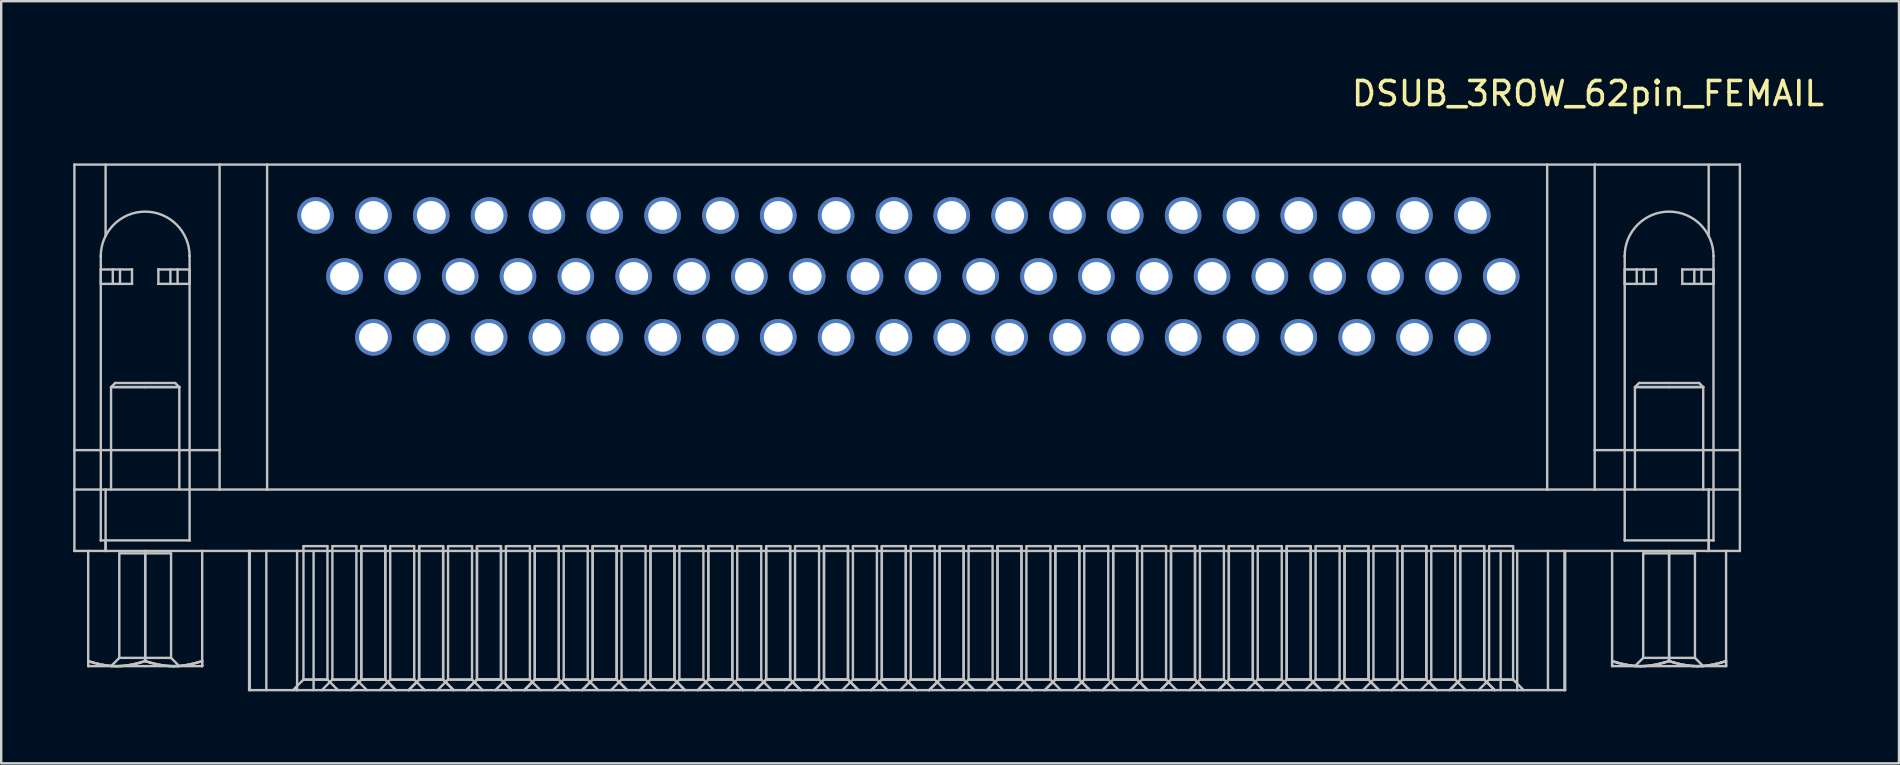
<source format=kicad_pcb>
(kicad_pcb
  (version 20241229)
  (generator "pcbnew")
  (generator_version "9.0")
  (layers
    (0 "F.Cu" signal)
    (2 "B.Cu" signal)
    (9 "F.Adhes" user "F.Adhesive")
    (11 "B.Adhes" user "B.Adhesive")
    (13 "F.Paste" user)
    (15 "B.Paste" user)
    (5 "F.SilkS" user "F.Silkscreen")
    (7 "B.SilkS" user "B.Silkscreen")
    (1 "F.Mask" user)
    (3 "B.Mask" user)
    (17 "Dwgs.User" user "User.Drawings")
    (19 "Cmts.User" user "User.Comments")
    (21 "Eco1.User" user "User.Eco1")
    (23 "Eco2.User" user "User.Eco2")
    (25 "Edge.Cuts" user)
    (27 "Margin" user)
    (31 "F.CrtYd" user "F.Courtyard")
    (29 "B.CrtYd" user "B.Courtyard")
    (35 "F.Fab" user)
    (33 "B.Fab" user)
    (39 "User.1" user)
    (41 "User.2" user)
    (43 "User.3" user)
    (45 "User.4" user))
  (footprint "DSUB_3ROW_62pin_FEMAIL"
    (layer "F.Cu")
    (at 32.995 8.468)
    (property "Reference" "DSUB_3ROW_62pin_FEMAIL" (at 30.125 -7.62 180) (layer "F.SilkS") (effects (font (size 1 1) (thickness 0.15))))
    (attr through_hole)
    (fp_line (start -32.945 -4.66) (end -32.945 -4.66) (stroke (width 0.1) (type solid)) (layer "Dwgs.User"))
    (fp_line (start -32.945 -4.66) (end -26.895 -4.66) (stroke (width 0.1) (type solid)) (layer "Dwgs.User"))
    (fp_line (start -32.945 7.24) (end -32.945 -4.66) (stroke (width 0.1) (type solid)) (layer "Dwgs.User"))
    (fp_line (start -32.945 7.24) (end -32.945 7.24) (stroke (width 0.1) (type solid)) (layer "Dwgs.User"))
    (fp_line (start -32.945 8.88) (end -32.945 7.24) (stroke (width 0.1) (type solid)) (layer "Dwgs.User"))
    (fp_line (start -32.945 8.88) (end -32.945 8.88) (stroke (width 0.1) (type solid)) (layer "Dwgs.User"))
    (fp_line (start -32.945 8.88) (end -32.945 8.88) (stroke (width 0.1) (type solid)) (layer "Dwgs.User"))
    (fp_line (start -32.945 8.88) (end -32.945 11.44) (stroke (width 0.1) (type solid)) (layer "Dwgs.User"))
    (fp_line (start -32.945 11.44) (end -32.945 11.44) (stroke (width 0.1) (type solid)) (layer "Dwgs.User"))
    (fp_line (start -32.945 11.44) (end -31.645 11.44) (stroke (width 0.1) (type solid)) (layer "Dwgs.User"))
    (fp_line (start -32.37 11.44) (end -32.37 11.44) (stroke (width 0.1) (type solid)) (layer "Dwgs.User"))
    (fp_line (start -32.37 11.44) (end -32.37 16.028) (stroke (width 0.1) (type solid)) (layer "Dwgs.User"))
    (fp_line (start -32.37 16.028) (end -32.37 16.094) (stroke (width 0.1) (type solid)) (layer "Dwgs.User"))
    (fp_line (start -32.37 16.028) (end -32.156 16.094) (stroke (width 0.1) (type solid)) (layer "Dwgs.User"))
    (fp_line (start -32.37 16.094) (end -32.37 16.147) (stroke (width 0.1) (type solid)) (layer "Dwgs.User"))
    (fp_line (start -32.37 16.147) (end -32.37 16.188) (stroke (width 0.1) (type solid)) (layer "Dwgs.User"))
    (fp_line (start -32.37 16.188) (end -32.37 16.217) (stroke (width 0.1) (type solid)) (layer "Dwgs.User"))
    (fp_line (start -32.37 16.217) (end -32.37 16.234) (stroke (width 0.1) (type solid)) (layer "Dwgs.User"))
    (fp_line (start -32.37 16.234) (end -32.37 16.24) (stroke (width 0.1) (type solid)) (layer "Dwgs.User"))
    (fp_line (start -32.37 16.24) (end -31.183 16.24) (stroke (width 0.1) (type solid)) (layer "Dwgs.User"))
    (fp_line (start -32.156 16.094) (end -32.37 16.028) (stroke (width 0.1) (type solid)) (layer "Dwgs.User"))
    (fp_line (start -32.156 16.094) (end -31.952 16.147) (stroke (width 0.1) (type solid)) (layer "Dwgs.User"))
    (fp_line (start -31.952 16.147) (end -32.156 16.094) (stroke (width 0.1) (type solid)) (layer "Dwgs.User"))
    (fp_line (start -31.952 16.147) (end -31.755 16.188) (stroke (width 0.1) (type solid)) (layer "Dwgs.User"))
    (fp_line (start -31.845 -0.85) (end -31.845 -0.85) (stroke (width 0.1) (type solid)) (layer "Dwgs.User"))
    (fp_line (start -31.845 -0.29) (end -31.845 0.31) (stroke (width 0.1) (type solid)) (layer "Dwgs.User"))
    (fp_line (start -31.845 -0.29) (end -31.345 -0.29) (stroke (width 0.1) (type solid)) (layer "Dwgs.User"))
    (fp_line (start -31.845 0.31) (end -31.345 0.31) (stroke (width 0.1) (type solid)) (layer "Dwgs.User"))
    (fp_line (start -31.845 11) (end -31.845 -0.85) (stroke (width 0.1) (type solid)) (layer "Dwgs.User"))
    (fp_line (start -31.845 11) (end -31.845 11) (stroke (width 0.1) (type solid)) (layer "Dwgs.User"))
    (fp_line (start -31.755 16.188) (end -31.952 16.147) (stroke (width 0.1) (type solid)) (layer "Dwgs.User"))
    (fp_line (start -31.755 16.188) (end -31.563 16.217) (stroke (width 0.1) (type solid)) (layer "Dwgs.User"))
    (fp_line (start -31.645 -4.66) (end -31.645 -1.686) (stroke (width 0.1) (type solid)) (layer "Dwgs.User"))
    (fp_line (start -31.645 8.88) (end -32.945 8.88) (stroke (width 0.1) (type solid)) (layer "Dwgs.User"))
    (fp_line (start -31.645 8.88) (end -31.645 11.44) (stroke (width 0.1) (type solid)) (layer "Dwgs.User"))
    (fp_line (start -31.645 11) (end -31.645 11.44) (stroke (width 0.1) (type solid)) (layer "Dwgs.User"))
    (fp_line (start -31.645 11.44) (end 35.155 11.44) (stroke (width 0.1) (type solid)) (layer "Dwgs.User"))
    (fp_line (start -31.563 16.217) (end -31.755 16.188) (stroke (width 0.1) (type solid)) (layer "Dwgs.User"))
    (fp_line (start -31.563 16.217) (end -31.373 16.234) (stroke (width 0.1) (type solid)) (layer "Dwgs.User"))
    (fp_line (start -31.418 4.612) (end -31.418 7.24) (stroke (width 0.1) (type solid)) (layer "Dwgs.User"))
    (fp_line (start -31.418 7.24) (end -31.418 8.88) (stroke (width 0.1) (type solid)) (layer "Dwgs.User"))
    (fp_line (start -31.373 16.234) (end -31.563 16.217) (stroke (width 0.1) (type solid)) (layer "Dwgs.User"))
    (fp_line (start -31.373 16.234) (end -31.183 16.24) (stroke (width 0.1) (type solid)) (layer "Dwgs.User"))
    (fp_line (start -31.345 -0.29) (end -31.345 -0.29) (stroke (width 0.1) (type solid)) (layer "Dwgs.User"))
    (fp_line (start -31.345 -0.29) (end -31.345 0.31) (stroke (width 0.1) (type solid)) (layer "Dwgs.User"))
    (fp_line (start -31.345 0.31) (end -31.345 0.31) (stroke (width 0.1) (type solid)) (layer "Dwgs.User"))
    (fp_line (start -31.345 0.31) (end -30.545 0.31) (stroke (width 0.1) (type solid)) (layer "Dwgs.User"))
    (fp_line (start -31.246 4.44) (end -31.418 4.612) (stroke (width 0.1) (type solid)) (layer "Dwgs.User"))
    (fp_line (start -31.183 16.24) (end -31.373 16.234) (stroke (width 0.1) (type solid)) (layer "Dwgs.User"))
    (fp_line (start -31.183 16.24) (end -30.993 16.234) (stroke (width 0.1) (type solid)) (layer "Dwgs.User"))
    (fp_line (start -31.183 16.24) (end -29.995 16.24) (stroke (width 0.1) (type solid)) (layer "Dwgs.User"))
    (fp_line (start -31.074 15.896) (end -31.418 16.24) (stroke (width 0.1) (type solid)) (layer "Dwgs.User"))
    (fp_line (start -31.074 11.54) (end -31.074 15.896) (stroke (width 0.1) (type solid)) (layer "Dwgs.User"))
    (fp_line (start -31.074 11.54) (end -29.995 11.54) (stroke (width 0.1) (type solid)) (layer "Dwgs.User"))
    (fp_line (start -31.045 -0.29) (end -31.045 0.31) (stroke (width 0.1) (type solid)) (layer "Dwgs.User"))
    (fp_line (start -30.993 16.234) (end -31.183 16.24) (stroke (width 0.1) (type solid)) (layer "Dwgs.User"))
    (fp_line (start -30.993 16.234) (end -30.803 16.217) (stroke (width 0.1) (type solid)) (layer "Dwgs.User"))
    (fp_line (start -30.803 16.217) (end -30.993 16.234) (stroke (width 0.1) (type solid)) (layer "Dwgs.User"))
    (fp_line (start -30.803 16.217) (end -30.611 16.188) (stroke (width 0.1) (type solid)) (layer "Dwgs.User"))
    (fp_line (start -30.611 16.188) (end -30.803 16.217) (stroke (width 0.1) (type solid)) (layer "Dwgs.User"))
    (fp_line (start -30.611 16.188) (end -30.414 16.147) (stroke (width 0.1) (type solid)) (layer "Dwgs.User"))
    (fp_line (start -30.545 -0.29) (end -31.345 -0.29) (stroke (width 0.1) (type solid)) (layer "Dwgs.User"))
    (fp_line (start -30.545 -0.29) (end -30.545 -0.29) (stroke (width 0.1) (type solid)) (layer "Dwgs.User"))
    (fp_line (start -30.545 0.31) (end -30.545 -0.29) (stroke (width 0.1) (type solid)) (layer "Dwgs.User"))
    (fp_line (start -30.545 0.31) (end -30.545 0.31) (stroke (width 0.1) (type solid)) (layer "Dwgs.User"))
    (fp_line (start -30.414 16.147) (end -30.611 16.188) (stroke (width 0.1) (type solid)) (layer "Dwgs.User"))
    (fp_line (start -30.414 16.147) (end -30.21 16.094) (stroke (width 0.1) (type solid)) (layer "Dwgs.User"))
    (fp_line (start -30.21 16.094) (end -30.414 16.147) (stroke (width 0.1) (type solid)) (layer "Dwgs.User"))
    (fp_line (start -30.21 16.094) (end -29.995 16.028) (stroke (width 0.1) (type solid)) (layer "Dwgs.User"))
    (fp_line (start -29.995 4.44) (end -31.246 4.44) (stroke (width 0.1) (type solid)) (layer "Dwgs.User"))
    (fp_line (start -29.995 4.44) (end -28.745 4.44) (stroke (width 0.1) (type solid)) (layer "Dwgs.User"))
    (fp_line (start -29.995 4.612) (end -31.418 4.612) (stroke (width 0.1) (type solid)) (layer "Dwgs.User"))
    (fp_line (start -29.995 4.612) (end -31.418 4.612) (stroke (width 0.1) (type solid)) (layer "Dwgs.User"))
    (fp_line (start -29.995 4.612) (end -28.573 4.612) (stroke (width 0.1) (type solid)) (layer "Dwgs.User"))
    (fp_line (start -29.995 11.44) (end -29.995 16.028) (stroke (width 0.1) (type solid)) (layer "Dwgs.User"))
    (fp_line (start -29.995 11.44) (end -29.995 16.028) (stroke (width 0.1) (type solid)) (layer "Dwgs.User"))
    (fp_line (start -29.995 11.54) (end -28.917 11.54) (stroke (width 0.1) (type solid)) (layer "Dwgs.User"))
    (fp_line (start -29.995 15.896) (end -31.074 15.896) (stroke (width 0.1) (type solid)) (layer "Dwgs.User"))
    (fp_line (start -29.995 16.028) (end -30.21 16.094) (stroke (width 0.1) (type solid)) (layer "Dwgs.User"))
    (fp_line (start -29.995 16.028) (end -29.781 16.094) (stroke (width 0.1) (type solid)) (layer "Dwgs.User"))
    (fp_line (start -29.995 16.24) (end -28.808 16.24) (stroke (width 0.1) (type solid)) (layer "Dwgs.User"))
    (fp_line (start -29.781 16.094) (end -29.995 16.028) (stroke (width 0.1) (type solid)) (layer "Dwgs.User"))
    (fp_line (start -29.781 16.094) (end -29.577 16.147) (stroke (width 0.1) (type solid)) (layer "Dwgs.User"))
    (fp_line (start -29.577 16.147) (end -29.781 16.094) (stroke (width 0.1) (type solid)) (layer "Dwgs.User"))
    (fp_line (start -29.577 16.147) (end -29.38 16.188) (stroke (width 0.1) (type solid)) (layer "Dwgs.User"))
    (fp_line (start -29.445 -0.29) (end -29.445 -0.29) (stroke (width 0.1) (type solid)) (layer "Dwgs.User"))
    (fp_line (start -29.445 -0.29) (end -29.445 0.31) (stroke (width 0.1) (type solid)) (layer "Dwgs.User"))
    (fp_line (start -29.445 0.31) (end -29.445 0.31) (stroke (width 0.1) (type solid)) (layer "Dwgs.User"))
    (fp_line (start -29.445 0.31) (end -28.645 0.31) (stroke (width 0.1) (type solid)) (layer "Dwgs.User"))
    (fp_line (start -29.38 16.188) (end -29.577 16.147) (stroke (width 0.1) (type solid)) (layer "Dwgs.User"))
    (fp_line (start -29.38 16.188) (end -29.188 16.217) (stroke (width 0.1) (type solid)) (layer "Dwgs.User"))
    (fp_line (start -29.188 16.217) (end -29.38 16.188) (stroke (width 0.1) (type solid)) (layer "Dwgs.User"))
    (fp_line (start -29.188 16.217) (end -28.998 16.234) (stroke (width 0.1) (type solid)) (layer "Dwgs.User"))
    (fp_line (start -28.998 16.234) (end -29.188 16.217) (stroke (width 0.1) (type solid)) (layer "Dwgs.User"))
    (fp_line (start -28.998 16.234) (end -28.808 16.24) (stroke (width 0.1) (type solid)) (layer "Dwgs.User"))
    (fp_line (start -28.945 -0.29) (end -28.945 0.31) (stroke (width 0.1) (type solid)) (layer "Dwgs.User"))
    (fp_line (start -28.917 15.896) (end -29.995 15.896) (stroke (width 0.1) (type solid)) (layer "Dwgs.User"))
    (fp_line (start -28.917 15.896) (end -28.917 11.54) (stroke (width 0.1) (type solid)) (layer "Dwgs.User"))
    (fp_line (start -28.808 16.24) (end -28.998 16.234) (stroke (width 0.1) (type solid)) (layer "Dwgs.User"))
    (fp_line (start -28.808 16.24) (end -28.618 16.234) (stroke (width 0.1) (type solid)) (layer "Dwgs.User"))
    (fp_line (start -28.645 -0.29) (end -29.445 -0.29) (stroke (width 0.1) (type solid)) (layer "Dwgs.User"))
    (fp_line (start -28.645 -0.29) (end -28.645 -0.29) (stroke (width 0.1) (type solid)) (layer "Dwgs.User"))
    (fp_line (start -28.645 0.31) (end -28.645 -0.29) (stroke (width 0.1) (type solid)) (layer "Dwgs.User"))
    (fp_line (start -28.645 0.31) (end -28.645 0.31) (stroke (width 0.1) (type solid)) (layer "Dwgs.User"))
    (fp_line (start -28.645 0.31) (end -28.145 0.31) (stroke (width 0.1) (type solid)) (layer "Dwgs.User"))
    (fp_line (start -28.618 16.234) (end -28.808 16.24) (stroke (width 0.1) (type solid)) (layer "Dwgs.User"))
    (fp_line (start -28.618 16.234) (end -28.428 16.217) (stroke (width 0.1) (type solid)) (layer "Dwgs.User"))
    (fp_line (start -28.573 4.612) (end -29.995 4.612) (stroke (width 0.1) (type solid)) (layer "Dwgs.User"))
    (fp_line (start -28.573 4.612) (end -28.745 4.44) (stroke (width 0.1) (type solid)) (layer "Dwgs.User"))
    (fp_line (start -28.573 7.24) (end -28.573 4.612) (stroke (width 0.1) (type solid)) (layer "Dwgs.User"))
    (fp_line (start -28.573 8.88) (end -28.573 7.24) (stroke (width 0.1) (type solid)) (layer "Dwgs.User"))
    (fp_line (start -28.573 16.24) (end -28.917 15.896) (stroke (width 0.1) (type solid)) (layer "Dwgs.User"))
    (fp_line (start -28.428 16.217) (end -28.618 16.234) (stroke (width 0.1) (type solid)) (layer "Dwgs.User"))
    (fp_line (start -28.428 16.217) (end -28.236 16.188) (stroke (width 0.1) (type solid)) (layer "Dwgs.User"))
    (fp_line (start -28.236 16.188) (end -28.428 16.217) (stroke (width 0.1) (type solid)) (layer "Dwgs.User"))
    (fp_line (start -28.236 16.188) (end -28.039 16.147) (stroke (width 0.1) (type solid)) (layer "Dwgs.User"))
    (fp_line (start -28.145 -0.85) (end -28.145 -0.85) (stroke (width 0.1) (type solid)) (layer "Dwgs.User"))
    (fp_line (start -28.145 -0.85) (end -28.145 11) (stroke (width 0.1) (type solid)) (layer "Dwgs.User"))
    (fp_line (start -28.145 -0.29) (end -28.645 -0.29) (stroke (width 0.1) (type solid)) (layer "Dwgs.User"))
    (fp_line (start -28.145 -0.29) (end -28.145 0.31) (stroke (width 0.1) (type solid)) (layer "Dwgs.User"))
    (fp_line (start -28.145 11) (end -31.845 11) (stroke (width 0.1) (type solid)) (layer "Dwgs.User"))
    (fp_line (start -28.145 11) (end -28.145 11) (stroke (width 0.1) (type solid)) (layer "Dwgs.User"))
    (fp_line (start -28.039 16.147) (end -28.236 16.188) (stroke (width 0.1) (type solid)) (layer "Dwgs.User"))
    (fp_line (start -28.039 16.147) (end -27.835 16.094) (stroke (width 0.1) (type solid)) (layer "Dwgs.User"))
    (fp_line (start -27.835 16.094) (end -28.039 16.147) (stroke (width 0.1) (type solid)) (layer "Dwgs.User"))
    (fp_line (start -27.835 16.094) (end -27.62 16.028) (stroke (width 0.1) (type solid)) (layer "Dwgs.User"))
    (fp_line (start -27.62 11.44) (end -27.62 11.44) (stroke (width 0.1) (type solid)) (layer "Dwgs.User"))
    (fp_line (start -27.62 11.44) (end -27.62 16.028) (stroke (width 0.1) (type solid)) (layer "Dwgs.User"))
    (fp_line (start -27.62 16.028) (end -27.835 16.094) (stroke (width 0.1) (type solid)) (layer "Dwgs.User"))
    (fp_line (start -27.62 16.094) (end -27.62 16.028) (stroke (width 0.1) (type solid)) (layer "Dwgs.User"))
    (fp_line (start -27.62 16.147) (end -27.62 16.094) (stroke (width 0.1) (type solid)) (layer "Dwgs.User"))
    (fp_line (start -27.62 16.188) (end -27.62 16.147) (stroke (width 0.1) (type solid)) (layer "Dwgs.User"))
    (fp_line (start -27.62 16.217) (end -27.62 16.188) (stroke (width 0.1) (type solid)) (layer "Dwgs.User"))
    (fp_line (start -27.62 16.234) (end -27.62 16.217) (stroke (width 0.1) (type solid)) (layer "Dwgs.User"))
    (fp_line (start -27.62 16.24) (end -28.808 16.24) (stroke (width 0.1) (type solid)) (layer "Dwgs.User"))
    (fp_line (start -27.62 16.24) (end -27.62 16.234) (stroke (width 0.1) (type solid)) (layer "Dwgs.User"))
    (fp_line (start -26.895 -4.66) (end -26.895 -4.66) (stroke (width 0.1) (type solid)) (layer "Dwgs.User"))
    (fp_line (start -26.895 -4.66) (end -26.895 7.24) (stroke (width 0.1) (type solid)) (layer "Dwgs.User"))
    (fp_line (start -26.895 -4.66) (end 30.405 -4.66) (stroke (width 0.1) (type solid)) (layer "Dwgs.User"))
    (fp_line (start -26.895 7.24) (end -32.945 7.24) (stroke (width 0.1) (type solid)) (layer "Dwgs.User"))
    (fp_line (start -26.895 7.24) (end -26.895 7.24) (stroke (width 0.1) (type solid)) (layer "Dwgs.User"))
    (fp_line (start -26.895 8.88) (end -26.895 7.24) (stroke (width 0.1) (type solid)) (layer "Dwgs.User"))
    (fp_line (start -26.895 8.88) (end -26.895 8.88) (stroke (width 0.1) (type solid)) (layer "Dwgs.User"))
    (fp_line (start -25.665 11.44) (end -25.665 17.24) (stroke (width 0.1) (type solid)) (layer "Dwgs.User"))
    (fp_line (start -25.665 17.24) (end -23.665 17.24) (stroke (width 0.1) (type solid)) (layer "Dwgs.User"))
    (fp_line (start -25.635 11.44) (end -25.635 17.24) (stroke (width 0.1) (type solid)) (layer "Dwgs.User"))
    (fp_line (start -24.947 11.44) (end -24.947 17.24) (stroke (width 0.1) (type solid)) (layer "Dwgs.User"))
    (fp_line (start -24.915 -4.66) (end -24.915 -4.66) (stroke (width 0.1) (type solid)) (layer "Dwgs.User"))
    (fp_line (start -24.915 8.88) (end -24.915 -4.66) (stroke (width 0.1) (type solid)) (layer "Dwgs.User"))
    (fp_line (start -24.915 8.88) (end -24.915 8.88) (stroke (width 0.1) (type solid)) (layer "Dwgs.User"))
    (fp_line (start -23.84 17.24) (end -23.4 16.8) (stroke (width 0.1) (type solid)) (layer "Dwgs.User"))
    (fp_line (start -23.665 11.44) (end -23.665 17.24) (stroke (width 0.1) (type solid)) (layer "Dwgs.User"))
    (fp_line (start -23.665 17.24) (end 27.175 17.24) (stroke (width 0.1) (type solid)) (layer "Dwgs.User"))
    (fp_line (start -23.4 16.8) (end -23.4 11.24) (stroke (width 0.1) (type solid)) (layer "Dwgs.User"))
    (fp_line (start -23.4 16.8) (end -22.4 16.8) (stroke (width 0.1) (type solid)) (layer "Dwgs.User"))
    (fp_line (start -22.978 11.44) (end -22.978 17.24) (stroke (width 0.1) (type solid)) (layer "Dwgs.User"))
    (fp_line (start -22.635 17.24) (end -22.195 16.8) (stroke (width 0.1) (type solid)) (layer "Dwgs.User"))
    (fp_line (start -22.4 11.24) (end -22.4 16.8) (stroke (width 0.1) (type solid)) (layer "Dwgs.User"))
    (fp_line (start -22.4 16.8) (end -21.96 17.24) (stroke (width 0.1) (type solid)) (layer "Dwgs.User"))
    (fp_line (start -22.4 11.24) (end -23.4 11.24) (stroke (width 0.1) (type solid)) (layer "Dwgs.User"))
    (fp_line (start -22.4 16.8) (end -23.4 16.8) (stroke (width 0.1) (type solid)) (layer "Dwgs.User"))
    (fp_line (start -22.195 16.8) (end -22.195 11.24) (stroke (width 0.1) (type solid)) (layer "Dwgs.User"))
    (fp_line (start -22.195 16.8) (end -21.195 16.8) (stroke (width 0.1) (type solid)) (layer "Dwgs.User"))
    (fp_line (start -22.195 16.8) (end -21.195 16.8) (stroke (width 0.1) (type solid)) (layer "Dwgs.User"))
    (fp_line (start -21.43 17.24) (end -20.99 16.8) (stroke (width 0.1) (type solid)) (layer "Dwgs.User"))
    (fp_line (start -21.43 17.24) (end -20.99 16.8) (stroke (width 0.1) (type solid)) (layer "Dwgs.User"))
    (fp_line (start -21.195 11.24) (end -21.195 16.8) (stroke (width 0.1) (type solid)) (layer "Dwgs.User"))
    (fp_line (start -21.195 16.8) (end -20.755 17.24) (stroke (width 0.1) (type solid)) (layer "Dwgs.User"))
    (fp_line (start -21.195 11.24) (end -22.195 11.24) (stroke (width 0.1) (type solid)) (layer "Dwgs.User"))
    (fp_line (start -20.99 16.8) (end -20.99 11.24) (stroke (width 0.1) (type solid)) (layer "Dwgs.User"))
    (fp_line (start -20.99 16.8) (end -20.99 11.24) (stroke (width 0.1) (type solid)) (layer "Dwgs.User"))
    (fp_line (start -20.99 16.8) (end -19.99 16.8) (stroke (width 0.1) (type solid)) (layer "Dwgs.User"))
    (fp_line (start -20.99 16.8) (end -19.99 16.8) (stroke (width 0.1) (type solid)) (layer "Dwgs.User"))
    (fp_line (start -20.99 16.8) (end -19.99 16.8) (stroke (width 0.1) (type solid)) (layer "Dwgs.User"))
    (fp_line (start -20.225 17.24) (end -19.785 16.8) (stroke (width 0.1) (type solid)) (layer "Dwgs.User"))
    (fp_line (start -19.99 11.24) (end -19.99 16.8) (stroke (width 0.1) (type solid)) (layer "Dwgs.User"))
    (fp_line (start -19.99 11.24) (end -19.99 16.8) (stroke (width 0.1) (type solid)) (layer "Dwgs.User"))
    (fp_line (start -19.99 16.8) (end -19.55 17.24) (stroke (width 0.1) (type solid)) (layer "Dwgs.User"))
    (fp_line (start -19.99 16.8) (end -19.55 17.24) (stroke (width 0.1) (type solid)) (layer "Dwgs.User"))
    (fp_line (start -19.99 11.24) (end -20.99 11.24) (stroke (width 0.1) (type solid)) (layer "Dwgs.User"))
    (fp_line (start -19.99 16.8) (end -20.99 16.8) (stroke (width 0.1) (type solid)) (layer "Dwgs.User"))
    (fp_line (start -19.785 16.8) (end -19.785 11.24) (stroke (width 0.1) (type solid)) (layer "Dwgs.User"))
    (fp_line (start -19.785 16.8) (end -18.785 16.8) (stroke (width 0.1) (type solid)) (layer "Dwgs.User"))
    (fp_line (start -19.785 16.8) (end -18.785 16.8) (stroke (width 0.1) (type solid)) (layer "Dwgs.User"))
    (fp_line (start -19.02 17.24) (end -18.58 16.8) (stroke (width 0.1) (type solid)) (layer "Dwgs.User"))
    (fp_line (start -19.02 17.24) (end -18.58 16.8) (stroke (width 0.1) (type solid)) (layer "Dwgs.User"))
    (fp_line (start -18.785 11.24) (end -18.785 16.8) (stroke (width 0.1) (type solid)) (layer "Dwgs.User"))
    (fp_line (start -18.785 16.8) (end -18.345 17.24) (stroke (width 0.1) (type solid)) (layer "Dwgs.User"))
    (fp_line (start -18.785 11.24) (end -19.785 11.24) (stroke (width 0.1) (type solid)) (layer "Dwgs.User"))
    (fp_line (start -18.58 16.8) (end -17.58 16.8) (stroke (width 0.1) (type solid)) (layer "Dwgs.User"))
    (fp_line (start -18.58 16.8) (end -17.58 16.8) (stroke (width 0.1) (type solid)) (layer "Dwgs.User"))
    (fp_line (start -18.58 16.8) (end -17.58 16.8) (stroke (width 0.1) (type solid)) (layer "Dwgs.User"))
    (fp_line (start -18.58 16.8) (end -18.58 11.24) (stroke (width 0.1) (type solid)) (layer "Dwgs.User"))
    (fp_line (start -18.58 16.8) (end -18.58 11.24) (stroke (width 0.1) (type solid)) (layer "Dwgs.User"))
    (fp_line (start -17.815 17.24) (end -17.375 16.8) (stroke (width 0.1) (type solid)) (layer "Dwgs.User"))
    (fp_line (start -17.58 11.24) (end -18.58 11.24) (stroke (width 0.1) (type solid)) (layer "Dwgs.User"))
    (fp_line (start -17.58 16.8) (end -18.58 16.8) (stroke (width 0.1) (type solid)) (layer "Dwgs.User"))
    (fp_line (start -17.58 11.24) (end -17.58 16.8) (stroke (width 0.1) (type solid)) (layer "Dwgs.User"))
    (fp_line (start -17.58 11.24) (end -17.58 16.8) (stroke (width 0.1) (type solid)) (layer "Dwgs.User"))
    (fp_line (start -17.58 16.8) (end -17.14 17.24) (stroke (width 0.1) (type solid)) (layer "Dwgs.User"))
    (fp_line (start -17.58 16.8) (end -17.14 17.24) (stroke (width 0.1) (type solid)) (layer "Dwgs.User"))
    (fp_line (start -17.375 16.8) (end -16.375 16.8) (stroke (width 0.1) (type solid)) (layer "Dwgs.User"))
    (fp_line (start -17.375 16.8) (end -16.375 16.8) (stroke (width 0.1) (type solid)) (layer "Dwgs.User"))
    (fp_line (start -17.375 16.8) (end -17.375 11.24) (stroke (width 0.1) (type solid)) (layer "Dwgs.User"))
    (fp_line (start -16.61 17.24) (end -16.17 16.8) (stroke (width 0.1) (type solid)) (layer "Dwgs.User"))
    (fp_line (start -16.61 17.24) (end -16.17 16.8) (stroke (width 0.1) (type solid)) (layer "Dwgs.User"))
    (fp_line (start -16.375 11.24) (end -17.375 11.24) (stroke (width 0.1) (type solid)) (layer "Dwgs.User"))
    (fp_line (start -16.375 11.24) (end -16.375 16.8) (stroke (width 0.1) (type solid)) (layer "Dwgs.User"))
    (fp_line (start -16.375 16.8) (end -15.935 17.24) (stroke (width 0.1) (type solid)) (layer "Dwgs.User"))
    (fp_line (start -16.17 16.8) (end -15.17 16.8) (stroke (width 0.1) (type solid)) (layer "Dwgs.User"))
    (fp_line (start -16.17 16.8) (end -15.17 16.8) (stroke (width 0.1) (type solid)) (layer "Dwgs.User"))
    (fp_line (start -16.17 16.8) (end -15.17 16.8) (stroke (width 0.1) (type solid)) (layer "Dwgs.User"))
    (fp_line (start -16.17 16.8) (end -16.17 11.24) (stroke (width 0.1) (type solid)) (layer "Dwgs.User"))
    (fp_line (start -16.17 16.8) (end -16.17 11.24) (stroke (width 0.1) (type solid)) (layer "Dwgs.User"))
    (fp_line (start -15.405 17.24) (end -14.965 16.8) (stroke (width 0.1) (type solid)) (layer "Dwgs.User"))
    (fp_line (start -15.17 11.24) (end -16.17 11.24) (stroke (width 0.1) (type solid)) (layer "Dwgs.User"))
    (fp_line (start -15.17 16.8) (end -16.17 16.8) (stroke (width 0.1) (type solid)) (layer "Dwgs.User"))
    (fp_line (start -15.17 11.24) (end -15.17 16.8) (stroke (width 0.1) (type solid)) (layer "Dwgs.User"))
    (fp_line (start -15.17 11.24) (end -15.17 16.8) (stroke (width 0.1) (type solid)) (layer "Dwgs.User"))
    (fp_line (start -15.17 16.8) (end -14.73 17.24) (stroke (width 0.1) (type solid)) (layer "Dwgs.User"))
    (fp_line (start -15.17 16.8) (end -14.73 17.24) (stroke (width 0.1) (type solid)) (layer "Dwgs.User"))
    (fp_line (start -14.965 16.8) (end -13.965 16.8) (stroke (width 0.1) (type solid)) (layer "Dwgs.User"))
    (fp_line (start -14.965 16.8) (end -13.965 16.8) (stroke (width 0.1) (type solid)) (layer "Dwgs.User"))
    (fp_line (start -14.965 16.8) (end -14.965 11.24) (stroke (width 0.1) (type solid)) (layer "Dwgs.User"))
    (fp_line (start -14.2 17.24) (end -13.76 16.8) (stroke (width 0.1) (type solid)) (layer "Dwgs.User"))
    (fp_line (start -14.2 17.24) (end -13.76 16.8) (stroke (width 0.1) (type solid)) (layer "Dwgs.User"))
    (fp_line (start -13.965 11.24) (end -14.965 11.24) (stroke (width 0.1) (type solid)) (layer "Dwgs.User"))
    (fp_line (start -13.965 11.24) (end -13.965 16.8) (stroke (width 0.1) (type solid)) (layer "Dwgs.User"))
    (fp_line (start -13.965 16.8) (end -13.525 17.24) (stroke (width 0.1) (type solid)) (layer "Dwgs.User"))
    (fp_line (start -13.76 16.8) (end -13.76 11.24) (stroke (width 0.1) (type solid)) (layer "Dwgs.User"))
    (fp_line (start -13.76 16.8) (end -13.76 11.24) (stroke (width 0.1) (type solid)) (layer "Dwgs.User"))
    (fp_line (start -13.76 16.8) (end -12.76 16.8) (stroke (width 0.1) (type solid)) (layer "Dwgs.User"))
    (fp_line (start -13.76 16.8) (end -12.76 16.8) (stroke (width 0.1) (type solid)) (layer "Dwgs.User"))
    (fp_line (start -13.76 16.8) (end -12.76 16.8) (stroke (width 0.1) (type solid)) (layer "Dwgs.User"))
    (fp_line (start -12.995 17.24) (end -12.555 16.8) (stroke (width 0.1) (type solid)) (layer "Dwgs.User"))
    (fp_line (start -12.76 11.24) (end -13.76 11.24) (stroke (width 0.1) (type solid)) (layer "Dwgs.User"))
    (fp_line (start -12.76 11.24) (end -12.76 16.8) (stroke (width 0.1) (type solid)) (layer "Dwgs.User"))
    (fp_line (start -12.76 11.24) (end -12.76 16.8) (stroke (width 0.1) (type solid)) (layer "Dwgs.User"))
    (fp_line (start -12.76 16.8) (end -13.76 16.8) (stroke (width 0.1) (type solid)) (layer "Dwgs.User"))
    (fp_line (start -12.76 16.8) (end -12.32 17.24) (stroke (width 0.1) (type solid)) (layer "Dwgs.User"))
    (fp_line (start -12.76 16.8) (end -12.32 17.24) (stroke (width 0.1) (type solid)) (layer "Dwgs.User"))
    (fp_line (start -12.555 16.8) (end -12.555 11.24) (stroke (width 0.1) (type solid)) (layer "Dwgs.User"))
    (fp_line (start -12.555 16.8) (end -11.555 16.8) (stroke (width 0.1) (type solid)) (layer "Dwgs.User"))
    (fp_line (start -12.555 16.8) (end -11.555 16.8) (stroke (width 0.1) (type solid)) (layer "Dwgs.User"))
    (fp_line (start -11.79 17.24) (end -11.35 16.8) (stroke (width 0.1) (type solid)) (layer "Dwgs.User"))
    (fp_line (start -11.79 17.24) (end -11.35 16.8) (stroke (width 0.1) (type solid)) (layer "Dwgs.User"))
    (fp_line (start -11.555 11.24) (end -12.555 11.24) (stroke (width 0.1) (type solid)) (layer "Dwgs.User"))
    (fp_line (start -11.555 11.24) (end -11.555 16.8) (stroke (width 0.1) (type solid)) (layer "Dwgs.User"))
    (fp_line (start -11.555 16.8) (end -11.115 17.24) (stroke (width 0.1) (type solid)) (layer "Dwgs.User"))
    (fp_line (start -11.35 16.8) (end -11.35 11.24) (stroke (width 0.1) (type solid)) (layer "Dwgs.User"))
    (fp_line (start -11.35 16.8) (end -11.35 11.24) (stroke (width 0.1) (type solid)) (layer "Dwgs.User"))
    (fp_line (start -11.35 16.8) (end -10.35 16.8) (stroke (width 0.1) (type solid)) (layer "Dwgs.User"))
    (fp_line (start -11.35 16.8) (end -10.35 16.8) (stroke (width 0.1) (type solid)) (layer "Dwgs.User"))
    (fp_line (start -11.35 16.8) (end -10.35 16.8) (stroke (width 0.1) (type solid)) (layer "Dwgs.User"))
    (fp_line (start -10.585 17.24) (end -10.145 16.8) (stroke (width 0.1) (type solid)) (layer "Dwgs.User"))
    (fp_line (start -10.35 11.24) (end -11.35 11.24) (stroke (width 0.1) (type solid)) (layer "Dwgs.User"))
    (fp_line (start -10.35 11.24) (end -10.35 16.8) (stroke (width 0.1) (type solid)) (layer "Dwgs.User"))
    (fp_line (start -10.35 11.24) (end -10.35 16.8) (stroke (width 0.1) (type solid)) (layer "Dwgs.User"))
    (fp_line (start -10.35 16.8) (end -11.35 16.8) (stroke (width 0.1) (type solid)) (layer "Dwgs.User"))
    (fp_line (start -10.35 16.8) (end -9.91 17.24) (stroke (width 0.1) (type solid)) (layer "Dwgs.User"))
    (fp_line (start -10.35 16.8) (end -9.91 17.24) (stroke (width 0.1) (type solid)) (layer "Dwgs.User"))
    (fp_line (start -10.145 16.8) (end -10.145 11.24) (stroke (width 0.1) (type solid)) (layer "Dwgs.User"))
    (fp_line (start -10.145 16.8) (end -9.145 16.8) (stroke (width 0.1) (type solid)) (layer "Dwgs.User"))
    (fp_line (start -10.145 16.8) (end -9.145 16.8) (stroke (width 0.1) (type solid)) (layer "Dwgs.User"))
    (fp_line (start -9.38 17.24) (end -8.94 16.8) (stroke (width 0.1) (type solid)) (layer "Dwgs.User"))
    (fp_line (start -9.38 17.24) (end -8.94 16.8) (stroke (width 0.1) (type solid)) (layer "Dwgs.User"))
    (fp_line (start -9.145 11.24) (end -10.145 11.24) (stroke (width 0.1) (type solid)) (layer "Dwgs.User"))
    (fp_line (start -9.145 11.24) (end -9.145 16.8) (stroke (width 0.1) (type solid)) (layer "Dwgs.User"))
    (fp_line (start -9.145 16.8) (end -8.705 17.24) (stroke (width 0.1) (type solid)) (layer "Dwgs.User"))
    (fp_line (start -8.94 16.8) (end -8.94 11.24) (stroke (width 0.1) (type solid)) (layer "Dwgs.User"))
    (fp_line (start -8.94 16.8) (end -8.94 11.24) (stroke (width 0.1) (type solid)) (layer "Dwgs.User"))
    (fp_line (start -8.94 16.8) (end -7.94 16.8) (stroke (width 0.1) (type solid)) (layer "Dwgs.User"))
    (fp_line (start -8.94 16.8) (end -7.94 16.8) (stroke (width 0.1) (type solid)) (layer "Dwgs.User"))
    (fp_line (start -8.94 16.8) (end -7.94 16.8) (stroke (width 0.1) (type solid)) (layer "Dwgs.User"))
    (fp_line (start -8.175 17.24) (end -7.735 16.8) (stroke (width 0.1) (type solid)) (layer "Dwgs.User"))
    (fp_line (start -7.94 11.24) (end -8.94 11.24) (stroke (width 0.1) (type solid)) (layer "Dwgs.User"))
    (fp_line (start -7.94 11.24) (end -7.94 16.8) (stroke (width 0.1) (type solid)) (layer "Dwgs.User"))
    (fp_line (start -7.94 11.24) (end -7.94 16.8) (stroke (width 0.1) (type solid)) (layer "Dwgs.User"))
    (fp_line (start -7.94 16.8) (end -8.94 16.8) (stroke (width 0.1) (type solid)) (layer "Dwgs.User"))
    (fp_line (start -7.94 16.8) (end -7.5 17.24) (stroke (width 0.1) (type solid)) (layer "Dwgs.User"))
    (fp_line (start -7.94 16.8) (end -7.5 17.24) (stroke (width 0.1) (type solid)) (layer "Dwgs.User"))
    (fp_line (start -7.735 16.8) (end -7.735 11.24) (stroke (width 0.1) (type solid)) (layer "Dwgs.User"))
    (fp_line (start -7.735 16.8) (end -6.735 16.8) (stroke (width 0.1) (type solid)) (layer "Dwgs.User"))
    (fp_line (start -7.735 16.8) (end -6.735 16.8) (stroke (width 0.1) (type solid)) (layer "Dwgs.User"))
    (fp_line (start -6.97 17.24) (end -6.53 16.8) (stroke (width 0.1) (type solid)) (layer "Dwgs.User"))
    (fp_line (start -6.97 17.24) (end -6.53 16.8) (stroke (width 0.1) (type solid)) (layer "Dwgs.User"))
    (fp_line (start -6.735 11.24) (end -7.735 11.24) (stroke (width 0.1) (type solid)) (layer "Dwgs.User"))
    (fp_line (start -6.735 11.24) (end -6.735 16.8) (stroke (width 0.1) (type solid)) (layer "Dwgs.User"))
    (fp_line (start -6.735 16.8) (end -6.295 17.24) (stroke (width 0.1) (type solid)) (layer "Dwgs.User"))
    (fp_line (start -6.53 16.8) (end -6.53 11.24) (stroke (width 0.1) (type solid)) (layer "Dwgs.User"))
    (fp_line (start -6.53 16.8) (end -6.53 11.24) (stroke (width 0.1) (type solid)) (layer "Dwgs.User"))
    (fp_line (start -6.53 16.8) (end -5.53 16.8) (stroke (width 0.1) (type solid)) (layer "Dwgs.User"))
    (fp_line (start -6.53 16.8) (end -5.53 16.8) (stroke (width 0.1) (type solid)) (layer "Dwgs.User"))
    (fp_line (start -6.53 16.8) (end -5.53 16.8) (stroke (width 0.1) (type solid)) (layer "Dwgs.User"))
    (fp_line (start -5.765 17.24) (end -5.325 16.8) (stroke (width 0.1) (type solid)) (layer "Dwgs.User"))
    (fp_line (start -5.53 11.24) (end -6.53 11.24) (stroke (width 0.1) (type solid)) (layer "Dwgs.User"))
    (fp_line (start -5.53 11.24) (end -5.53 16.8) (stroke (width 0.1) (type solid)) (layer "Dwgs.User"))
    (fp_line (start -5.53 11.24) (end -5.53 16.8) (stroke (width 0.1) (type solid)) (layer "Dwgs.User"))
    (fp_line (start -5.53 16.8) (end -6.53 16.8) (stroke (width 0.1) (type solid)) (layer "Dwgs.User"))
    (fp_line (start -5.53 16.8) (end -5.09 17.24) (stroke (width 0.1) (type solid)) (layer "Dwgs.User"))
    (fp_line (start -5.53 16.8) (end -5.09 17.24) (stroke (width 0.1) (type solid)) (layer "Dwgs.User"))
    (fp_line (start -5.325 16.8) (end -5.325 11.24) (stroke (width 0.1) (type solid)) (layer "Dwgs.User"))
    (fp_line (start -5.325 16.8) (end -4.325 16.8) (stroke (width 0.1) (type solid)) (layer "Dwgs.User"))
    (fp_line (start -5.325 16.8) (end -4.325 16.8) (stroke (width 0.1) (type solid)) (layer "Dwgs.User"))
    (fp_line (start -4.56 17.24) (end -4.12 16.8) (stroke (width 0.1) (type solid)) (layer "Dwgs.User"))
    (fp_line (start -4.56 17.24) (end -4.12 16.8) (stroke (width 0.1) (type solid)) (layer "Dwgs.User"))
    (fp_line (start -4.325 11.24) (end -5.325 11.24) (stroke (width 0.1) (type solid)) (layer "Dwgs.User"))
    (fp_line (start -4.325 11.24) (end -4.325 16.8) (stroke (width 0.1) (type solid)) (layer "Dwgs.User"))
    (fp_line (start -4.325 16.8) (end -3.885 17.24) (stroke (width 0.1) (type solid)) (layer "Dwgs.User"))
    (fp_line (start -4.12 16.8) (end -4.12 11.24) (stroke (width 0.1) (type solid)) (layer "Dwgs.User"))
    (fp_line (start -4.12 16.8) (end -4.12 11.24) (stroke (width 0.1) (type solid)) (layer "Dwgs.User"))
    (fp_line (start -4.12 16.8) (end -3.12 16.8) (stroke (width 0.1) (type solid)) (layer "Dwgs.User"))
    (fp_line (start -4.12 16.8) (end -3.12 16.8) (stroke (width 0.1) (type solid)) (layer "Dwgs.User"))
    (fp_line (start -4.12 16.8) (end -3.12 16.8) (stroke (width 0.1) (type solid)) (layer "Dwgs.User"))
    (fp_line (start -3.355 17.24) (end -2.915 16.8) (stroke (width 0.1) (type solid)) (layer "Dwgs.User"))
    (fp_line (start -3.12 11.24) (end -4.12 11.24) (stroke (width 0.1) (type solid)) (layer "Dwgs.User"))
    (fp_line (start -3.12 11.24) (end -3.12 16.8) (stroke (width 0.1) (type solid)) (layer "Dwgs.User"))
    (fp_line (start -3.12 11.24) (end -3.12 16.8) (stroke (width 0.1) (type solid)) (layer "Dwgs.User"))
    (fp_line (start -3.12 16.8) (end -4.12 16.8) (stroke (width 0.1) (type solid)) (layer "Dwgs.User"))
    (fp_line (start -3.12 16.8) (end -2.68 17.24) (stroke (width 0.1) (type solid)) (layer "Dwgs.User"))
    (fp_line (start -3.12 16.8) (end -2.68 17.24) (stroke (width 0.1) (type solid)) (layer "Dwgs.User"))
    (fp_line (start -2.915 16.8) (end -2.915 11.24) (stroke (width 0.1) (type solid)) (layer "Dwgs.User"))
    (fp_line (start -2.915 16.8) (end -1.915 16.8) (stroke (width 0.1) (type solid)) (layer "Dwgs.User"))
    (fp_line (start -2.915 16.8) (end -1.915 16.8) (stroke (width 0.1) (type solid)) (layer "Dwgs.User"))
    (fp_line (start -2.15 17.24) (end -1.71 16.8) (stroke (width 0.1) (type solid)) (layer "Dwgs.User"))
    (fp_line (start -2.15 17.24) (end -1.71 16.8) (stroke (width 0.1) (type solid)) (layer "Dwgs.User"))
    (fp_line (start -1.915 11.24) (end -2.915 11.24) (stroke (width 0.1) (type solid)) (layer "Dwgs.User"))
    (fp_line (start -1.915 11.24) (end -1.915 16.8) (stroke (width 0.1) (type solid)) (layer "Dwgs.User"))
    (fp_line (start -1.915 16.8) (end -1.475 17.24) (stroke (width 0.1) (type solid)) (layer "Dwgs.User"))
    (fp_line (start -1.71 16.8) (end -1.71 11.24) (stroke (width 0.1) (type solid)) (layer "Dwgs.User"))
    (fp_line (start -1.71 16.8) (end -1.71 11.24) (stroke (width 0.1) (type solid)) (layer "Dwgs.User"))
    (fp_line (start -1.71 16.8) (end -0.71 16.8) (stroke (width 0.1) (type solid)) (layer "Dwgs.User"))
    (fp_line (start -1.71 16.8) (end -0.71 16.8) (stroke (width 0.1) (type solid)) (layer "Dwgs.User"))
    (fp_line (start -1.71 16.8) (end -0.71 16.8) (stroke (width 0.1) (type solid)) (layer "Dwgs.User"))
    (fp_line (start -0.945 17.24) (end -0.505 16.8) (stroke (width 0.1) (type solid)) (layer "Dwgs.User"))
    (fp_line (start -0.71 11.24) (end -1.71 11.24) (stroke (width 0.1) (type solid)) (layer "Dwgs.User"))
    (fp_line (start -0.71 11.24) (end -0.71 16.8) (stroke (width 0.1) (type solid)) (layer "Dwgs.User"))
    (fp_line (start -0.71 11.24) (end -0.71 16.8) (stroke (width 0.1) (type solid)) (layer "Dwgs.User"))
    (fp_line (start -0.71 16.8) (end -1.71 16.8) (stroke (width 0.1) (type solid)) (layer "Dwgs.User"))
    (fp_line (start -0.71 16.8) (end -0.27 17.24) (stroke (width 0.1) (type solid)) (layer "Dwgs.User"))
    (fp_line (start -0.71 16.8) (end -0.27 17.24) (stroke (width 0.1) (type solid)) (layer "Dwgs.User"))
    (fp_line (start -0.505 16.8) (end -0.505 11.24) (stroke (width 0.1) (type solid)) (layer "Dwgs.User"))
    (fp_line (start -0.505 16.8) (end 0.495 16.8) (stroke (width 0.1) (type solid)) (layer "Dwgs.User"))
    (fp_line (start -0.505 16.8) (end 0.495 16.8) (stroke (width 0.1) (type solid)) (layer "Dwgs.User"))
    (fp_line (start 0.26 17.24) (end 0.7 16.8) (stroke (width 0.1) (type solid)) (layer "Dwgs.User"))
    (fp_line (start 0.26 17.24) (end 0.7 16.8) (stroke (width 0.1) (type solid)) (layer "Dwgs.User"))
    (fp_line (start 0.495 11.24) (end -0.505 11.24) (stroke (width 0.1) (type solid)) (layer "Dwgs.User"))
    (fp_line (start 0.495 11.24) (end 0.495 16.8) (stroke (width 0.1) (type solid)) (layer "Dwgs.User"))
    (fp_line (start 0.495 16.8) (end 0.935 17.24) (stroke (width 0.1) (type solid)) (layer "Dwgs.User"))
    (fp_line (start 0.7 16.8) (end 0.7 11.24) (stroke (width 0.1) (type solid)) (layer "Dwgs.User"))
    (fp_line (start 0.7 16.8) (end 0.7 11.24) (stroke (width 0.1) (type solid)) (layer "Dwgs.User"))
    (fp_line (start 0.7 16.8) (end 1.7 16.8) (stroke (width 0.1) (type solid)) (layer "Dwgs.User"))
    (fp_line (start 0.7 16.8) (end 1.7 16.8) (stroke (width 0.1) (type solid)) (layer "Dwgs.User"))
    (fp_line (start 0.7 16.8) (end 1.7 16.8) (stroke (width 0.1) (type solid)) (layer "Dwgs.User"))
    (fp_line (start 1.465 17.24) (end 1.905 16.8) (stroke (width 0.1) (type solid)) (layer "Dwgs.User"))
    (fp_line (start 1.7 11.24) (end 0.7 11.24) (stroke (width 0.1) (type solid)) (layer "Dwgs.User"))
    (fp_line (start 1.7 11.24) (end 1.7 16.8) (stroke (width 0.1) (type solid)) (layer "Dwgs.User"))
    (fp_line (start 1.7 11.24) (end 1.7 16.8) (stroke (width 0.1) (type solid)) (layer "Dwgs.User"))
    (fp_line (start 1.7 16.8) (end 0.7 16.8) (stroke (width 0.1) (type solid)) (layer "Dwgs.User"))
    (fp_line (start 1.7 16.8) (end 2.14 17.24) (stroke (width 0.1) (type solid)) (layer "Dwgs.User"))
    (fp_line (start 1.7 16.8) (end 2.14 17.24) (stroke (width 0.1) (type solid)) (layer "Dwgs.User"))
    (fp_line (start 1.905 16.8) (end 1.905 11.24) (stroke (width 0.1) (type solid)) (layer "Dwgs.User"))
    (fp_line (start 1.905 16.8) (end 2.905 16.8) (stroke (width 0.1) (type solid)) (layer "Dwgs.User"))
    (fp_line (start 1.905 16.8) (end 2.905 16.8) (stroke (width 0.1) (type solid)) (layer "Dwgs.User"))
    (fp_line (start 2.67 17.24) (end 3.11 16.8) (stroke (width 0.1) (type solid)) (layer "Dwgs.User"))
    (fp_line (start 2.67 17.24) (end 3.11 16.8) (stroke (width 0.1) (type solid)) (layer "Dwgs.User"))
    (fp_line (start 2.905 11.24) (end 1.905 11.24) (stroke (width 0.1) (type solid)) (layer "Dwgs.User"))
    (fp_line (start 2.905 11.24) (end 2.905 16.8) (stroke (width 0.1) (type solid)) (layer "Dwgs.User"))
    (fp_line (start 2.905 16.8) (end 3.345 17.24) (stroke (width 0.1) (type solid)) (layer "Dwgs.User"))
    (fp_line (start 3.11 16.8) (end 3.11 11.24) (stroke (width 0.1) (type solid)) (layer "Dwgs.User"))
    (fp_line (start 3.11 16.8) (end 3.11 11.24) (stroke (width 0.1) (type solid)) (layer "Dwgs.User"))
    (fp_line (start 3.11 16.8) (end 4.11 16.8) (stroke (width 0.1) (type solid)) (layer "Dwgs.User"))
    (fp_line (start 3.11 16.8) (end 4.11 16.8) (stroke (width 0.1) (type solid)) (layer "Dwgs.User"))
    (fp_line (start 3.11 16.8) (end 4.11 16.8) (stroke (width 0.1) (type solid)) (layer "Dwgs.User"))
    (fp_line (start 3.875 17.24) (end 4.315 16.8) (stroke (width 0.1) (type solid)) (layer "Dwgs.User"))
    (fp_line (start 4.11 11.24) (end 3.11 11.24) (stroke (width 0.1) (type solid)) (layer "Dwgs.User"))
    (fp_line (start 4.11 11.24) (end 4.11 16.8) (stroke (width 0.1) (type solid)) (layer "Dwgs.User"))
    (fp_line (start 4.11 11.24) (end 4.11 16.8) (stroke (width 0.1) (type solid)) (layer "Dwgs.User"))
    (fp_line (start 4.11 16.8) (end 3.11 16.8) (stroke (width 0.1) (type solid)) (layer "Dwgs.User"))
    (fp_line (start 4.11 16.8) (end 4.55 17.24) (stroke (width 0.1) (type solid)) (layer "Dwgs.User"))
    (fp_line (start 4.11 16.8) (end 4.55 17.24) (stroke (width 0.1) (type solid)) (layer "Dwgs.User"))
    (fp_line (start 4.315 16.8) (end 4.315 11.24) (stroke (width 0.1) (type solid)) (layer "Dwgs.User"))
    (fp_line (start 4.315 16.8) (end 5.315 16.8) (stroke (width 0.1) (type solid)) (layer "Dwgs.User"))
    (fp_line (start 4.315 16.8) (end 5.315 16.8) (stroke (width 0.1) (type solid)) (layer "Dwgs.User"))
    (fp_line (start 5.08 17.24) (end 5.52 16.8) (stroke (width 0.1) (type solid)) (layer "Dwgs.User"))
    (fp_line (start 5.08 17.24) (end 5.52 16.8) (stroke (width 0.1) (type solid)) (layer "Dwgs.User"))
    (fp_line (start 5.315 11.24) (end 4.315 11.24) (stroke (width 0.1) (type solid)) (layer "Dwgs.User"))
    (fp_line (start 5.315 11.24) (end 5.315 16.8) (stroke (width 0.1) (type solid)) (layer "Dwgs.User"))
    (fp_line (start 5.315 16.8) (end 5.755 17.24) (stroke (width 0.1) (type solid)) (layer "Dwgs.User"))
    (fp_line (start 5.52 16.8) (end 5.52 11.24) (stroke (width 0.1) (type solid)) (layer "Dwgs.User"))
    (fp_line (start 5.52 16.8) (end 5.52 11.24) (stroke (width 0.1) (type solid)) (layer "Dwgs.User"))
    (fp_line (start 5.52 16.8) (end 6.52 16.8) (stroke (width 0.1) (type solid)) (layer "Dwgs.User"))
    (fp_line (start 5.52 16.8) (end 6.52 16.8) (stroke (width 0.1) (type solid)) (layer "Dwgs.User"))
    (fp_line (start 5.52 16.8) (end 6.52 16.8) (stroke (width 0.1) (type solid)) (layer "Dwgs.User"))
    (fp_line (start 6.285 17.24) (end 6.725 16.8) (stroke (width 0.1) (type solid)) (layer "Dwgs.User"))
    (fp_line (start 6.52 11.24) (end 5.52 11.24) (stroke (width 0.1) (type solid)) (layer "Dwgs.User"))
    (fp_line (start 6.52 11.24) (end 6.52 16.8) (stroke (width 0.1) (type solid)) (layer "Dwgs.User"))
    (fp_line (start 6.52 11.24) (end 6.52 16.8) (stroke (width 0.1) (type solid)) (layer "Dwgs.User"))
    (fp_line (start 6.52 16.8) (end 5.52 16.8) (stroke (width 0.1) (type solid)) (layer "Dwgs.User"))
    (fp_line (start 6.52 16.8) (end 6.96 17.24) (stroke (width 0.1) (type solid)) (layer "Dwgs.User"))
    (fp_line (start 6.52 16.8) (end 6.96 17.24) (stroke (width 0.1) (type solid)) (layer "Dwgs.User"))
    (fp_line (start 6.725 16.8) (end 6.725 11.24) (stroke (width 0.1) (type solid)) (layer "Dwgs.User"))
    (fp_line (start 6.725 16.8) (end 7.725 16.8) (stroke (width 0.1) (type solid)) (layer "Dwgs.User"))
    (fp_line (start 6.725 16.8) (end 7.725 16.8) (stroke (width 0.1) (type solid)) (layer "Dwgs.User"))
    (fp_line (start 7.49 17.24) (end 7.93 16.8) (stroke (width 0.1) (type solid)) (layer "Dwgs.User"))
    (fp_line (start 7.49 17.24) (end 7.93 16.8) (stroke (width 0.1) (type solid)) (layer "Dwgs.User"))
    (fp_line (start 7.725 11.24) (end 6.725 11.24) (stroke (width 0.1) (type solid)) (layer "Dwgs.User"))
    (fp_line (start 7.725 11.24) (end 7.725 16.8) (stroke (width 0.1) (type solid)) (layer "Dwgs.User"))
    (fp_line (start 7.725 16.8) (end 8.165 17.24) (stroke (width 0.1) (type solid)) (layer "Dwgs.User"))
    (fp_line (start 7.93 16.8) (end 7.93 11.24) (stroke (width 0.1) (type solid)) (layer "Dwgs.User"))
    (fp_line (start 7.93 16.8) (end 7.93 11.24) (stroke (width 0.1) (type solid)) (layer "Dwgs.User"))
    (fp_line (start 7.93 16.8) (end 8.93 16.8) (stroke (width 0.1) (type solid)) (layer "Dwgs.User"))
    (fp_line (start 7.93 16.8) (end 8.93 16.8) (stroke (width 0.1) (type solid)) (layer "Dwgs.User"))
    (fp_line (start 7.93 16.8) (end 8.93 16.8) (stroke (width 0.1) (type solid)) (layer "Dwgs.User"))
    (fp_line (start 8.695 17.24) (end 9.135 16.8) (stroke (width 0.1) (type solid)) (layer "Dwgs.User"))
    (fp_line (start 8.93 11.24) (end 7.93 11.24) (stroke (width 0.1) (type solid)) (layer "Dwgs.User"))
    (fp_line (start 8.93 11.24) (end 8.93 16.8) (stroke (width 0.1) (type solid)) (layer "Dwgs.User"))
    (fp_line (start 8.93 11.24) (end 8.93 16.8) (stroke (width 0.1) (type solid)) (layer "Dwgs.User"))
    (fp_line (start 8.93 16.8) (end 7.93 16.8) (stroke (width 0.1) (type solid)) (layer "Dwgs.User"))
    (fp_line (start 8.93 16.8) (end 9.37 17.24) (stroke (width 0.1) (type solid)) (layer "Dwgs.User"))
    (fp_line (start 8.93 16.8) (end 9.37 17.24) (stroke (width 0.1) (type solid)) (layer "Dwgs.User"))
    (fp_line (start 9.135 16.8) (end 9.135 11.24) (stroke (width 0.1) (type solid)) (layer "Dwgs.User"))
    (fp_line (start 9.135 16.8) (end 10.135 16.8) (stroke (width 0.1) (type solid)) (layer "Dwgs.User"))
    (fp_line (start 9.135 16.8) (end 10.135 16.8) (stroke (width 0.1) (type solid)) (layer "Dwgs.User"))
    (fp_line (start 9.9 17.24) (end 10.34 16.8) (stroke (width 0.1) (type solid)) (layer "Dwgs.User"))
    (fp_line (start 9.9 17.24) (end 10.34 16.8) (stroke (width 0.1) (type solid)) (layer "Dwgs.User"))
    (fp_line (start 10.135 11.24) (end 9.135 11.24) (stroke (width 0.1) (type solid)) (layer "Dwgs.User"))
    (fp_line (start 10.135 11.24) (end 10.135 16.8) (stroke (width 0.1) (type solid)) (layer "Dwgs.User"))
    (fp_line (start 10.135 16.8) (end 10.575 17.24) (stroke (width 0.1) (type solid)) (layer "Dwgs.User"))
    (fp_line (start 10.34 16.8) (end 10.34 11.24) (stroke (width 0.1) (type solid)) (layer "Dwgs.User"))
    (fp_line (start 10.34 16.8) (end 10.34 11.24) (stroke (width 0.1) (type solid)) (layer "Dwgs.User"))
    (fp_line (start 10.34 16.8) (end 11.34 16.8) (stroke (width 0.1) (type solid)) (layer "Dwgs.User"))
    (fp_line (start 10.34 16.8) (end 11.34 16.8) (stroke (width 0.1) (type solid)) (layer "Dwgs.User"))
    (fp_line (start 10.34 16.8) (end 11.34 16.8) (stroke (width 0.1) (type solid)) (layer "Dwgs.User"))
    (fp_line (start 11.105 17.24) (end 11.545 16.8) (stroke (width 0.1) (type solid)) (layer "Dwgs.User"))
    (fp_line (start 11.34 11.24) (end 10.34 11.24) (stroke (width 0.1) (type solid)) (layer "Dwgs.User"))
    (fp_line (start 11.34 11.24) (end 11.34 16.8) (stroke (width 0.1) (type solid)) (layer "Dwgs.User"))
    (fp_line (start 11.34 11.24) (end 11.34 16.8) (stroke (width 0.1) (type solid)) (layer "Dwgs.User"))
    (fp_line (start 11.34 16.8) (end 10.34 16.8) (stroke (width 0.1) (type solid)) (layer "Dwgs.User"))
    (fp_line (start 11.34 16.8) (end 11.78 17.24) (stroke (width 0.1) (type solid)) (layer "Dwgs.User"))
    (fp_line (start 11.34 16.8) (end 11.78 17.24) (stroke (width 0.1) (type solid)) (layer "Dwgs.User"))
    (fp_line (start 11.545 16.8) (end 11.545 11.24) (stroke (width 0.1) (type solid)) (layer "Dwgs.User"))
    (fp_line (start 11.545 16.8) (end 12.545 16.8) (stroke (width 0.1) (type solid)) (layer "Dwgs.User"))
    (fp_line (start 11.545 16.8) (end 12.545 16.8) (stroke (width 0.1) (type solid)) (layer "Dwgs.User"))
    (fp_line (start 12.31 17.24) (end 12.75 16.8) (stroke (width 0.1) (type solid)) (layer "Dwgs.User"))
    (fp_line (start 12.31 17.24) (end 12.75 16.8) (stroke (width 0.1) (type solid)) (layer "Dwgs.User"))
    (fp_line (start 12.545 11.24) (end 11.545 11.24) (stroke (width 0.1) (type solid)) (layer "Dwgs.User"))
    (fp_line (start 12.545 11.24) (end 12.545 16.8) (stroke (width 0.1) (type solid)) (layer "Dwgs.User"))
    (fp_line (start 12.545 16.8) (end 12.985 17.24) (stroke (width 0.1) (type solid)) (layer "Dwgs.User"))
    (fp_line (start 12.75 16.8) (end 12.75 11.24) (stroke (width 0.1) (type solid)) (layer "Dwgs.User"))
    (fp_line (start 12.75 16.8) (end 12.75 11.24) (stroke (width 0.1) (type solid)) (layer "Dwgs.User"))
    (fp_line (start 12.75 16.8) (end 13.75 16.8) (stroke (width 0.1) (type solid)) (layer "Dwgs.User"))
    (fp_line (start 12.75 16.8) (end 13.75 16.8) (stroke (width 0.1) (type solid)) (layer "Dwgs.User"))
    (fp_line (start 12.75 16.8) (end 13.75 16.8) (stroke (width 0.1) (type solid)) (layer "Dwgs.User"))
    (fp_line (start 13.515 17.24) (end 13.955 16.8) (stroke (width 0.1) (type solid)) (layer "Dwgs.User"))
    (fp_line (start 13.75 11.24) (end 12.75 11.24) (stroke (width 0.1) (type solid)) (layer "Dwgs.User"))
    (fp_line (start 13.75 11.24) (end 13.75 16.8) (stroke (width 0.1) (type solid)) (layer "Dwgs.User"))
    (fp_line (start 13.75 11.24) (end 13.75 16.8) (stroke (width 0.1) (type solid)) (layer "Dwgs.User"))
    (fp_line (start 13.75 16.8) (end 12.75 16.8) (stroke (width 0.1) (type solid)) (layer "Dwgs.User"))
    (fp_line (start 13.75 16.8) (end 14.19 17.24) (stroke (width 0.1) (type solid)) (layer "Dwgs.User"))
    (fp_line (start 13.75 16.8) (end 14.19 17.24) (stroke (width 0.1) (type solid)) (layer "Dwgs.User"))
    (fp_line (start 13.955 16.8) (end 13.955 11.24) (stroke (width 0.1) (type solid)) (layer "Dwgs.User"))
    (fp_line (start 13.955 16.8) (end 14.955 16.8) (stroke (width 0.1) (type solid)) (layer "Dwgs.User"))
    (fp_line (start 13.955 16.8) (end 14.955 16.8) (stroke (width 0.1) (type solid)) (layer "Dwgs.User"))
    (fp_line (start 14.72 17.24) (end 15.16 16.8) (stroke (width 0.1) (type solid)) (layer "Dwgs.User"))
    (fp_line (start 14.72 17.24) (end 15.16 16.8) (stroke (width 0.1) (type solid)) (layer "Dwgs.User"))
    (fp_line (start 14.955 11.24) (end 13.955 11.24) (stroke (width 0.1) (type solid)) (layer "Dwgs.User"))
    (fp_line (start 14.955 11.24) (end 14.955 16.8) (stroke (width 0.1) (type solid)) (layer "Dwgs.User"))
    (fp_line (start 14.955 16.8) (end 15.395 17.24) (stroke (width 0.1) (type solid)) (layer "Dwgs.User"))
    (fp_line (start 15.16 16.8) (end 15.16 11.24) (stroke (width 0.1) (type solid)) (layer "Dwgs.User"))
    (fp_line (start 15.16 16.8) (end 15.16 11.24) (stroke (width 0.1) (type solid)) (layer "Dwgs.User"))
    (fp_line (start 15.16 16.8) (end 16.16 16.8) (stroke (width 0.1) (type solid)) (layer "Dwgs.User"))
    (fp_line (start 15.16 16.8) (end 16.16 16.8) (stroke (width 0.1) (type solid)) (layer "Dwgs.User"))
    (fp_line (start 15.16 16.8) (end 16.16 16.8) (stroke (width 0.1) (type solid)) (layer "Dwgs.User"))
    (fp_line (start 15.925 17.24) (end 16.365 16.8) (stroke (width 0.1) (type solid)) (layer "Dwgs.User"))
    (fp_line (start 16.16 11.24) (end 15.16 11.24) (stroke (width 0.1) (type solid)) (layer "Dwgs.User"))
    (fp_line (start 16.16 11.24) (end 16.16 16.8) (stroke (width 0.1) (type solid)) (layer "Dwgs.User"))
    (fp_line (start 16.16 11.24) (end 16.16 16.8) (stroke (width 0.1) (type solid)) (layer "Dwgs.User"))
    (fp_line (start 16.16 16.8) (end 15.16 16.8) (stroke (width 0.1) (type solid)) (layer "Dwgs.User"))
    (fp_line (start 16.16 16.8) (end 16.6 17.24) (stroke (width 0.1) (type solid)) (layer "Dwgs.User"))
    (fp_line (start 16.16 16.8) (end 16.6 17.24) (stroke (width 0.1) (type solid)) (layer "Dwgs.User"))
    (fp_line (start 16.365 16.8) (end 16.365 11.24) (stroke (width 0.1) (type solid)) (layer "Dwgs.User"))
    (fp_line (start 16.365 16.8) (end 17.365 16.8) (stroke (width 0.1) (type solid)) (layer "Dwgs.User"))
    (fp_line (start 16.365 16.8) (end 17.365 16.8) (stroke (width 0.1) (type solid)) (layer "Dwgs.User"))
    (fp_line (start 17.13 17.24) (end 17.57 16.8) (stroke (width 0.1) (type solid)) (layer "Dwgs.User"))
    (fp_line (start 17.13 17.24) (end 17.57 16.8) (stroke (width 0.1) (type solid)) (layer "Dwgs.User"))
    (fp_line (start 17.365 11.24) (end 16.365 11.24) (stroke (width 0.1) (type solid)) (layer "Dwgs.User"))
    (fp_line (start 17.365 11.24) (end 17.365 16.8) (stroke (width 0.1) (type solid)) (layer "Dwgs.User"))
    (fp_line (start 17.365 16.8) (end 17.805 17.24) (stroke (width 0.1) (type solid)) (layer "Dwgs.User"))
    (fp_line (start 17.57 16.8) (end 17.57 11.24) (stroke (width 0.1) (type solid)) (layer "Dwgs.User"))
    (fp_line (start 17.57 16.8) (end 17.57 11.24) (stroke (width 0.1) (type solid)) (layer "Dwgs.User"))
    (fp_line (start 17.57 16.8) (end 18.57 16.8) (stroke (width 0.1) (type solid)) (layer "Dwgs.User"))
    (fp_line (start 17.57 16.8) (end 18.57 16.8) (stroke (width 0.1) (type solid)) (layer "Dwgs.User"))
    (fp_line (start 17.57 16.8) (end 18.57 16.8) (stroke (width 0.1) (type solid)) (layer "Dwgs.User"))
    (fp_line (start 18.335 17.24) (end 18.775 16.8) (stroke (width 0.1) (type solid)) (layer "Dwgs.User"))
    (fp_line (start 18.57 11.24) (end 17.57 11.24) (stroke (width 0.1) (type solid)) (layer "Dwgs.User"))
    (fp_line (start 18.57 16.8) (end 17.57 16.8) (stroke (width 0.1) (type solid)) (layer "Dwgs.User"))
    (fp_line (start 18.57 11.24) (end 18.57 16.8) (stroke (width 0.1) (type solid)) (layer "Dwgs.User"))
    (fp_line (start 18.57 11.24) (end 18.57 16.8) (stroke (width 0.1) (type solid)) (layer "Dwgs.User"))
    (fp_line (start 18.57 16.8) (end 19.01 17.24) (stroke (width 0.1) (type solid)) (layer "Dwgs.User"))
    (fp_line (start 18.57 16.8) (end 19.01 17.24) (stroke (width 0.1) (type solid)) (layer "Dwgs.User"))
    (fp_line (start 18.775 16.8) (end 18.775 11.24) (stroke (width 0.1) (type solid)) (layer "Dwgs.User"))
    (fp_line (start 18.775 16.8) (end 19.775 16.8) (stroke (width 0.1) (type solid)) (layer "Dwgs.User"))
    (fp_line (start 18.775 16.8) (end 19.775 16.8) (stroke (width 0.1) (type solid)) (layer "Dwgs.User"))
    (fp_line (start 19.54 17.24) (end 19.98 16.8) (stroke (width 0.1) (type solid)) (layer "Dwgs.User"))
    (fp_line (start 19.54 17.24) (end 19.98 16.8) (stroke (width 0.1) (type solid)) (layer "Dwgs.User"))
    (fp_line (start 19.775 11.24) (end 18.775 11.24) (stroke (width 0.1) (type solid)) (layer "Dwgs.User"))
    (fp_line (start 19.775 11.24) (end 19.775 16.8) (stroke (width 0.1) (type solid)) (layer "Dwgs.User"))
    (fp_line (start 19.775 16.8) (end 20.215 17.24) (stroke (width 0.1) (type solid)) (layer "Dwgs.User"))
    (fp_line (start 19.98 16.8) (end 19.98 11.24) (stroke (width 0.1) (type solid)) (layer "Dwgs.User"))
    (fp_line (start 19.98 16.8) (end 19.98 11.24) (stroke (width 0.1) (type solid)) (layer "Dwgs.User"))
    (fp_line (start 19.98 16.8) (end 20.98 16.8) (stroke (width 0.1) (type solid)) (layer "Dwgs.User"))
    (fp_line (start 19.98 16.8) (end 20.98 16.8) (stroke (width 0.1) (type solid)) (layer "Dwgs.User"))
    (fp_line (start 19.98 16.8) (end 20.98 16.8) (stroke (width 0.1) (type solid)) (layer "Dwgs.User"))
    (fp_line (start 20.745 17.24) (end 21.185 16.8) (stroke (width 0.1) (type solid)) (layer "Dwgs.User"))
    (fp_line (start 20.98 11.24) (end 19.98 11.24) (stroke (width 0.1) (type solid)) (layer "Dwgs.User"))
    (fp_line (start 20.98 11.24) (end 20.98 16.8) (stroke (width 0.1) (type solid)) (layer "Dwgs.User"))
    (fp_line (start 20.98 11.24) (end 20.98 16.8) (stroke (width 0.1) (type solid)) (layer "Dwgs.User"))
    (fp_line (start 20.98 16.8) (end 19.98 16.8) (stroke (width 0.1) (type solid)) (layer "Dwgs.User"))
    (fp_line (start 20.98 16.8) (end 21.42 17.24) (stroke (width 0.1) (type solid)) (layer "Dwgs.User"))
    (fp_line (start 20.98 16.8) (end 21.42 17.24) (stroke (width 0.1) (type solid)) (layer "Dwgs.User"))
    (fp_line (start 21.185 16.8) (end 21.185 11.24) (stroke (width 0.1) (type solid)) (layer "Dwgs.User"))
    (fp_line (start 21.185 16.8) (end 22.185 16.8) (stroke (width 0.1) (type solid)) (layer "Dwgs.User"))
    (fp_line (start 21.185 16.8) (end 22.185 16.8) (stroke (width 0.1) (type solid)) (layer "Dwgs.User"))
    (fp_line (start 21.95 17.24) (end 22.39 16.8) (stroke (width 0.1) (type solid)) (layer "Dwgs.User"))
    (fp_line (start 21.95 17.24) (end 22.39 16.8) (stroke (width 0.1) (type solid)) (layer "Dwgs.User"))
    (fp_line (start 22.185 11.24) (end 21.185 11.24) (stroke (width 0.1) (type solid)) (layer "Dwgs.User"))
    (fp_line (start 22.185 11.24) (end 22.185 16.8) (stroke (width 0.1) (type solid)) (layer "Dwgs.User"))
    (fp_line (start 22.185 16.8) (end 22.625 17.24) (stroke (width 0.1) (type solid)) (layer "Dwgs.User"))
    (fp_line (start 22.39 16.8) (end 22.39 11.24) (stroke (width 0.1) (type solid)) (layer "Dwgs.User"))
    (fp_line (start 22.39 16.8) (end 22.39 11.24) (stroke (width 0.1) (type solid)) (layer "Dwgs.User"))
    (fp_line (start 22.39 16.8) (end 23.39 16.8) (stroke (width 0.1) (type solid)) (layer "Dwgs.User"))
    (fp_line (start 22.39 16.8) (end 23.39 16.8) (stroke (width 0.1) (type solid)) (layer "Dwgs.User"))
    (fp_line (start 22.39 16.8) (end 23.39 16.8) (stroke (width 0.1) (type solid)) (layer "Dwgs.User"))
    (fp_line (start 23.155 17.24) (end 23.595 16.8) (stroke (width 0.1) (type solid)) (layer "Dwgs.User"))
    (fp_line (start 23.39 11.24) (end 22.39 11.24) (stroke (width 0.1) (type solid)) (layer "Dwgs.User"))
    (fp_line (start 23.39 11.24) (end 23.39 16.8) (stroke (width 0.1) (type solid)) (layer "Dwgs.User"))
    (fp_line (start 23.39 11.24) (end 23.39 16.8) (stroke (width 0.1) (type solid)) (layer "Dwgs.User"))
    (fp_line (start 23.39 16.8) (end 22.39 16.8) (stroke (width 0.1) (type solid)) (layer "Dwgs.User"))
    (fp_line (start 23.39 16.8) (end 23.83 17.24) (stroke (width 0.1) (type solid)) (layer "Dwgs.User"))
    (fp_line (start 23.39 16.8) (end 23.83 17.24) (stroke (width 0.1) (type solid)) (layer "Dwgs.User"))
    (fp_line (start 23.595 16.8) (end 23.595 11.24) (stroke (width 0.1) (type solid)) (layer "Dwgs.User"))
    (fp_line (start 23.595 16.8) (end 24.595 16.8) (stroke (width 0.1) (type solid)) (layer "Dwgs.User"))
    (fp_line (start 23.595 16.8) (end 24.595 16.8) (stroke (width 0.1) (type solid)) (layer "Dwgs.User"))
    (fp_line (start 24.36 17.24) (end 24.8 16.8) (stroke (width 0.1) (type solid)) (layer "Dwgs.User"))
    (fp_line (start 24.36 17.24) (end 24.8 16.8) (stroke (width 0.1) (type solid)) (layer "Dwgs.User"))
    (fp_line (start 24.595 11.24) (end 23.595 11.24) (stroke (width 0.1) (type solid)) (layer "Dwgs.User"))
    (fp_line (start 24.595 11.24) (end 24.595 16.8) (stroke (width 0.1) (type solid)) (layer "Dwgs.User"))
    (fp_line (start 24.595 16.8) (end 25.035 17.24) (stroke (width 0.1) (type solid)) (layer "Dwgs.User"))
    (fp_line (start 24.8 16.8) (end 24.8 11.24) (stroke (width 0.1) (type solid)) (layer "Dwgs.User"))
    (fp_line (start 24.8 16.8) (end 24.8 11.24) (stroke (width 0.1) (type solid)) (layer "Dwgs.User"))
    (fp_line (start 24.8 16.8) (end 25.8 16.8) (stroke (width 0.1) (type solid)) (layer "Dwgs.User"))
    (fp_line (start 24.8 16.8) (end 25.8 16.8) (stroke (width 0.1) (type solid)) (layer "Dwgs.User"))
    (fp_line (start 24.8 16.8) (end 25.8 16.8) (stroke (width 0.1) (type solid)) (layer "Dwgs.User"))
    (fp_line (start 25.565 17.24) (end 26.005 16.8) (stroke (width 0.1) (type solid)) (layer "Dwgs.User"))
    (fp_line (start 25.8 11.24) (end 24.8 11.24) (stroke (width 0.1) (type solid)) (layer "Dwgs.User"))
    (fp_line (start 25.8 11.24) (end 25.8 16.8) (stroke (width 0.1) (type solid)) (layer "Dwgs.User"))
    (fp_line (start 25.8 11.24) (end 25.8 16.8) (stroke (width 0.1) (type solid)) (layer "Dwgs.User"))
    (fp_line (start 25.8 16.8) (end 24.8 16.8) (stroke (width 0.1) (type solid)) (layer "Dwgs.User"))
    (fp_line (start 25.8 16.8) (end 26.24 17.24) (stroke (width 0.1) (type solid)) (layer "Dwgs.User"))
    (fp_line (start 25.8 16.8) (end 26.24 17.24) (stroke (width 0.1) (type solid)) (layer "Dwgs.User"))
    (fp_line (start 26.005 16.8) (end 26.005 11.24) (stroke (width 0.1) (type solid)) (layer "Dwgs.User"))
    (fp_line (start 26.005 16.8) (end 27.005 16.8) (stroke (width 0.1) (type solid)) (layer "Dwgs.User"))
    (fp_line (start 26.005 16.8) (end 27.005 16.8) (stroke (width 0.1) (type solid)) (layer "Dwgs.User"))
    (fp_line (start 26.487 11.44) (end 26.487 17.24) (stroke (width 0.1) (type solid)) (layer "Dwgs.User"))
    (fp_line (start 27.005 11.24) (end 26.005 11.24) (stroke (width 0.1) (type solid)) (layer "Dwgs.User"))
    (fp_line (start 27.005 11.24) (end 27.005 16.8) (stroke (width 0.1) (type solid)) (layer "Dwgs.User"))
    (fp_line (start 27.005 16.8) (end 27.445 17.24) (stroke (width 0.1) (type solid)) (layer "Dwgs.User"))
    (fp_line (start 27.175 11.44) (end 27.175 17.24) (stroke (width 0.1) (type solid)) (layer "Dwgs.User"))
    (fp_line (start 27.175 17.24) (end 29.175 17.24) (stroke (width 0.1) (type solid)) (layer "Dwgs.User"))
    (fp_line (start 28.425 -4.66) (end 28.425 -4.66) (stroke (width 0.1) (type solid)) (layer "Dwgs.User"))
    (fp_line (start 28.425 8.88) (end 28.425 -4.66) (stroke (width 0.1) (type solid)) (layer "Dwgs.User"))
    (fp_line (start 28.425 8.88) (end 28.425 8.88) (stroke (width 0.1) (type solid)) (layer "Dwgs.User"))
    (fp_line (start 28.457 11.44) (end 28.457 17.24) (stroke (width 0.1) (type solid)) (layer "Dwgs.User"))
    (fp_line (start 29.144 11.44) (end 29.144 17.24) (stroke (width 0.1) (type solid)) (layer "Dwgs.User"))
    (fp_line (start 29.175 17.24) (end 29.175 11.44) (stroke (width 0.1) (type solid)) (layer "Dwgs.User"))
    (fp_line (start 30.405 -4.66) (end 30.405 -4.66) (stroke (width 0.1) (type solid)) (layer "Dwgs.User"))
    (fp_line (start 30.405 -4.66) (end 36.455 -4.66) (stroke (width 0.1) (type solid)) (layer "Dwgs.User"))
    (fp_line (start 30.405 7.24) (end 30.405 -4.66) (stroke (width 0.1) (type solid)) (layer "Dwgs.User"))
    (fp_line (start 30.405 7.24) (end 30.405 7.24) (stroke (width 0.1) (type solid)) (layer "Dwgs.User"))
    (fp_line (start 30.405 8.88) (end 30.405 7.24) (stroke (width 0.1) (type solid)) (layer "Dwgs.User"))
    (fp_line (start 30.405 8.88) (end 30.405 8.88) (stroke (width 0.1) (type solid)) (layer "Dwgs.User"))
    (fp_line (start 31.13 11.44) (end 31.13 11.44) (stroke (width 0.1) (type solid)) (layer "Dwgs.User"))
    (fp_line (start 31.13 11.44) (end 31.13 16.028) (stroke (width 0.1) (type solid)) (layer "Dwgs.User"))
    (fp_line (start 31.13 16.028) (end 31.13 16.094) (stroke (width 0.1) (type solid)) (layer "Dwgs.User"))
    (fp_line (start 31.13 16.028) (end 31.344 16.094) (stroke (width 0.1) (type solid)) (layer "Dwgs.User"))
    (fp_line (start 31.13 16.094) (end 31.13 16.147) (stroke (width 0.1) (type solid)) (layer "Dwgs.User"))
    (fp_line (start 31.13 16.147) (end 31.13 16.188) (stroke (width 0.1) (type solid)) (layer "Dwgs.User"))
    (fp_line (start 31.13 16.188) (end 31.13 16.217) (stroke (width 0.1) (type solid)) (layer "Dwgs.User"))
    (fp_line (start 31.13 16.217) (end 31.13 16.234) (stroke (width 0.1) (type solid)) (layer "Dwgs.User"))
    (fp_line (start 31.13 16.234) (end 31.13 16.24) (stroke (width 0.1) (type solid)) (layer "Dwgs.User"))
    (fp_line (start 31.13 16.24) (end 32.317 16.24) (stroke (width 0.1) (type solid)) (layer "Dwgs.User"))
    (fp_line (start 31.344 16.094) (end 31.13 16.028) (stroke (width 0.1) (type solid)) (layer "Dwgs.User"))
    (fp_line (start 31.344 16.094) (end 31.548 16.147) (stroke (width 0.1) (type solid)) (layer "Dwgs.User"))
    (fp_line (start 31.548 16.147) (end 31.344 16.094) (stroke (width 0.1) (type solid)) (layer "Dwgs.User"))
    (fp_line (start 31.548 16.147) (end 31.745 16.188) (stroke (width 0.1) (type solid)) (layer "Dwgs.User"))
    (fp_line (start 31.655 -0.85) (end 31.655 -0.85) (stroke (width 0.1) (type solid)) (layer "Dwgs.User"))
    (fp_line (start 31.655 -0.29) (end 31.655 0.31) (stroke (width 0.1) (type solid)) (layer "Dwgs.User"))
    (fp_line (start 31.655 -0.29) (end 32.155 -0.29) (stroke (width 0.1) (type solid)) (layer "Dwgs.User"))
    (fp_line (start 31.655 0.31) (end 32.155 0.31) (stroke (width 0.1) (type solid)) (layer "Dwgs.User"))
    (fp_line (start 31.655 11) (end 31.655 -0.85) (stroke (width 0.1) (type solid)) (layer "Dwgs.User"))
    (fp_line (start 31.655 11) (end 31.655 11) (stroke (width 0.1) (type solid)) (layer "Dwgs.User"))
    (fp_line (start 31.745 16.188) (end 31.548 16.147) (stroke (width 0.1) (type solid)) (layer "Dwgs.User"))
    (fp_line (start 31.745 16.188) (end 31.937 16.217) (stroke (width 0.1) (type solid)) (layer "Dwgs.User"))
    (fp_line (start 31.937 16.217) (end 31.745 16.188) (stroke (width 0.1) (type solid)) (layer "Dwgs.User"))
    (fp_line (start 31.937 16.217) (end 32.127 16.234) (stroke (width 0.1) (type solid)) (layer "Dwgs.User"))
    (fp_line (start 32.082 4.612) (end 32.082 7.24) (stroke (width 0.1) (type solid)) (layer "Dwgs.User"))
    (fp_line (start 32.082 7.24) (end 32.082 8.88) (stroke (width 0.1) (type solid)) (layer "Dwgs.User"))
    (fp_line (start 32.127 16.234) (end 31.937 16.217) (stroke (width 0.1) (type solid)) (layer "Dwgs.User"))
    (fp_line (start 32.127 16.234) (end 32.317 16.24) (stroke (width 0.1) (type solid)) (layer "Dwgs.User"))
    (fp_line (start 32.155 -0.29) (end 32.155 -0.29) (stroke (width 0.1) (type solid)) (layer "Dwgs.User"))
    (fp_line (start 32.155 -0.29) (end 32.155 0.31) (stroke (width 0.1) (type solid)) (layer "Dwgs.User"))
    (fp_line (start 32.155 0.31) (end 32.155 0.31) (stroke (width 0.1) (type solid)) (layer "Dwgs.User"))
    (fp_line (start 32.155 0.31) (end 32.955 0.31) (stroke (width 0.1) (type solid)) (layer "Dwgs.User"))
    (fp_line (start 32.254 4.44) (end 32.082 4.612) (stroke (width 0.1) (type solid)) (layer "Dwgs.User"))
    (fp_line (start 32.317 16.24) (end 32.127 16.234) (stroke (width 0.1) (type solid)) (layer "Dwgs.User"))
    (fp_line (start 32.317 16.24) (end 32.507 16.234) (stroke (width 0.1) (type solid)) (layer "Dwgs.User"))
    (fp_line (start 32.317 16.24) (end 33.505 16.24) (stroke (width 0.1) (type solid)) (layer "Dwgs.User"))
    (fp_line (start 32.426 11.54) (end 32.426 15.896) (stroke (width 0.1) (type solid)) (layer "Dwgs.User"))
    (fp_line (start 32.426 11.54) (end 33.505 11.54) (stroke (width 0.1) (type solid)) (layer "Dwgs.User"))
    (fp_line (start 32.426 15.896) (end 32.082 16.24) (stroke (width 0.1) (type solid)) (layer "Dwgs.User"))
    (fp_line (start 32.455 -0.29) (end 32.455 0.31) (stroke (width 0.1) (type solid)) (layer "Dwgs.User"))
    (fp_line (start 32.507 16.234) (end 32.317 16.24) (stroke (width 0.1) (type solid)) (layer "Dwgs.User"))
    (fp_line (start 32.507 16.234) (end 32.697 16.217) (stroke (width 0.1) (type solid)) (layer "Dwgs.User"))
    (fp_line (start 32.697 16.217) (end 32.507 16.234) (stroke (width 0.1) (type solid)) (layer "Dwgs.User"))
    (fp_line (start 32.697 16.217) (end 32.889 16.188) (stroke (width 0.1) (type solid)) (layer "Dwgs.User"))
    (fp_line (start 32.889 16.188) (end 32.697 16.217) (stroke (width 0.1) (type solid)) (layer "Dwgs.User"))
    (fp_line (start 32.889 16.188) (end 33.086 16.147) (stroke (width 0.1) (type solid)) (layer "Dwgs.User"))
    (fp_line (start 32.955 -0.29) (end 32.155 -0.29) (stroke (width 0.1) (type solid)) (layer "Dwgs.User"))
    (fp_line (start 32.955 -0.29) (end 32.955 -0.29) (stroke (width 0.1) (type solid)) (layer "Dwgs.User"))
    (fp_line (start 32.955 0.31) (end 32.955 -0.29) (stroke (width 0.1) (type solid)) (layer "Dwgs.User"))
    (fp_line (start 32.955 0.31) (end 32.955 0.31) (stroke (width 0.1) (type solid)) (layer "Dwgs.User"))
    (fp_line (start 33.086 16.147) (end 32.889 16.188) (stroke (width 0.1) (type solid)) (layer "Dwgs.User"))
    (fp_line (start 33.086 16.147) (end 33.29 16.094) (stroke (width 0.1) (type solid)) (layer "Dwgs.User"))
    (fp_line (start 33.29 16.094) (end 33.086 16.147) (stroke (width 0.1) (type solid)) (layer "Dwgs.User"))
    (fp_line (start 33.29 16.094) (end 33.505 16.028) (stroke (width 0.1) (type solid)) (layer "Dwgs.User"))
    (fp_line (start 33.505 4.44) (end 32.254 4.44) (stroke (width 0.1) (type solid)) (layer "Dwgs.User"))
    (fp_line (start 33.505 4.44) (end 34.755 4.44) (stroke (width 0.1) (type solid)) (layer "Dwgs.User"))
    (fp_line (start 33.505 4.612) (end 32.082 4.612) (stroke (width 0.1) (type solid)) (layer "Dwgs.User"))
    (fp_line (start 33.505 4.612) (end 32.082 4.612) (stroke (width 0.1) (type solid)) (layer "Dwgs.User"))
    (fp_line (start 33.505 4.612) (end 34.927 4.612) (stroke (width 0.1) (type solid)) (layer "Dwgs.User"))
    (fp_line (start 33.505 11.44) (end 33.505 16.028) (stroke (width 0.1) (type solid)) (layer "Dwgs.User"))
    (fp_line (start 33.505 11.44) (end 33.505 16.028) (stroke (width 0.1) (type solid)) (layer "Dwgs.User"))
    (fp_line (start 33.505 11.54) (end 34.583 11.54) (stroke (width 0.1) (type solid)) (layer "Dwgs.User"))
    (fp_line (start 33.505 15.896) (end 32.426 15.896) (stroke (width 0.1) (type solid)) (layer "Dwgs.User"))
    (fp_line (start 33.505 16.028) (end 33.29 16.094) (stroke (width 0.1) (type solid)) (layer "Dwgs.User"))
    (fp_line (start 33.505 16.028) (end 33.719 16.094) (stroke (width 0.1) (type solid)) (layer "Dwgs.User"))
    (fp_line (start 33.505 16.24) (end 34.692 16.24) (stroke (width 0.1) (type solid)) (layer "Dwgs.User"))
    (fp_line (start 33.719 16.094) (end 33.505 16.028) (stroke (width 0.1) (type solid)) (layer "Dwgs.User"))
    (fp_line (start 33.719 16.094) (end 33.923 16.147) (stroke (width 0.1) (type solid)) (layer "Dwgs.User"))
    (fp_line (start 33.923 16.147) (end 33.719 16.094) (stroke (width 0.1) (type solid)) (layer "Dwgs.User"))
    (fp_line (start 33.923 16.147) (end 34.12 16.188) (stroke (width 0.1) (type solid)) (layer "Dwgs.User"))
    (fp_line (start 34.055 -0.29) (end 34.055 -0.29) (stroke (width 0.1) (type solid)) (layer "Dwgs.User"))
    (fp_line (start 34.055 -0.29) (end 34.055 0.31) (stroke (width 0.1) (type solid)) (layer "Dwgs.User"))
    (fp_line (start 34.055 0.31) (end 34.055 0.31) (stroke (width 0.1) (type solid)) (layer "Dwgs.User"))
    (fp_line (start 34.055 0.31) (end 34.855 0.31) (stroke (width 0.1) (type solid)) (layer "Dwgs.User"))
    (fp_line (start 34.12 16.188) (end 33.923 16.147) (stroke (width 0.1) (type solid)) (layer "Dwgs.User"))
    (fp_line (start 34.12 16.188) (end 34.312 16.217) (stroke (width 0.1) (type solid)) (layer "Dwgs.User"))
    (fp_line (start 34.312 16.217) (end 34.12 16.188) (stroke (width 0.1) (type solid)) (layer "Dwgs.User"))
    (fp_line (start 34.312 16.217) (end 34.502 16.234) (stroke (width 0.1) (type solid)) (layer "Dwgs.User"))
    (fp_line (start 34.502 16.234) (end 34.312 16.217) (stroke (width 0.1) (type solid)) (layer "Dwgs.User"))
    (fp_line (start 34.502 16.234) (end 34.692 16.24) (stroke (width 0.1) (type solid)) (layer "Dwgs.User"))
    (fp_line (start 34.555 -0.29) (end 34.555 0.31) (stroke (width 0.1) (type solid)) (layer "Dwgs.User"))
    (fp_line (start 34.583 15.896) (end 33.505 15.896) (stroke (width 0.1) (type solid)) (layer "Dwgs.User"))
    (fp_line (start 34.583 15.896) (end 34.583 11.54) (stroke (width 0.1) (type solid)) (layer "Dwgs.User"))
    (fp_line (start 34.692 16.24) (end 34.502 16.234) (stroke (width 0.1) (type solid)) (layer "Dwgs.User"))
    (fp_line (start 34.692 16.24) (end 34.882 16.234) (stroke (width 0.1) (type solid)) (layer "Dwgs.User"))
    (fp_line (start 34.855 -0.29) (end 34.055 -0.29) (stroke (width 0.1) (type solid)) (layer "Dwgs.User"))
    (fp_line (start 34.855 -0.29) (end 34.855 -0.29) (stroke (width 0.1) (type solid)) (layer "Dwgs.User"))
    (fp_line (start 34.855 0.31) (end 34.855 -0.29) (stroke (width 0.1) (type solid)) (layer "Dwgs.User"))
    (fp_line (start 34.855 0.31) (end 34.855 0.31) (stroke (width 0.1) (type solid)) (layer "Dwgs.User"))
    (fp_line (start 34.855 0.31) (end 35.355 0.31) (stroke (width 0.1) (type solid)) (layer "Dwgs.User"))
    (fp_line (start 34.882 16.234) (end 34.692 16.24) (stroke (width 0.1) (type solid)) (layer "Dwgs.User"))
    (fp_line (start 34.882 16.234) (end 35.072 16.217) (stroke (width 0.1) (type solid)) (layer "Dwgs.User"))
    (fp_line (start 34.927 4.612) (end 33.505 4.612) (stroke (width 0.1) (type solid)) (layer "Dwgs.User"))
    (fp_line (start 34.927 7.24) (end 34.927 4.612) (stroke (width 0.1) (type solid)) (layer "Dwgs.User"))
    (fp_line (start 34.927 8.88) (end 34.927 7.24) (stroke (width 0.1) (type solid)) (layer "Dwgs.User"))
    (fp_line (start 34.927 4.612) (end 34.755 4.44) (stroke (width 0.1) (type solid)) (layer "Dwgs.User"))
    (fp_line (start 34.927 16.24) (end 34.583 15.896) (stroke (width 0.1) (type solid)) (layer "Dwgs.User"))
    (fp_line (start 35.072 16.217) (end 34.882 16.234) (stroke (width 0.1) (type solid)) (layer "Dwgs.User"))
    (fp_line (start 35.072 16.217) (end 35.264 16.188) (stroke (width 0.1) (type solid)) (layer "Dwgs.User"))
    (fp_line (start 35.155 -4.66) (end 35.155 -1.686) (stroke (width 0.1) (type solid)) (layer "Dwgs.User"))
    (fp_line (start 35.155 8.88) (end -31.645 8.88) (stroke (width 0.1) (type solid)) (layer "Dwgs.User"))
    (fp_line (start 35.155 8.88) (end 35.155 11.44) (stroke (width 0.1) (type solid)) (layer "Dwgs.User"))
    (fp_line (start 35.155 11) (end 35.155 11.44) (stroke (width 0.1) (type solid)) (layer "Dwgs.User"))
    (fp_line (start 35.155 11.44) (end 36.455 11.44) (stroke (width 0.1) (type solid)) (layer "Dwgs.User"))
    (fp_line (start 35.264 16.188) (end 35.072 16.217) (stroke (width 0.1) (type solid)) (layer "Dwgs.User"))
    (fp_line (start 35.264 16.188) (end 35.461 16.147) (stroke (width 0.1) (type solid)) (layer "Dwgs.User"))
    (fp_line (start 35.355 -0.85) (end 35.355 -0.85) (stroke (width 0.1) (type solid)) (layer "Dwgs.User"))
    (fp_line (start 35.355 -0.85) (end 35.355 11) (stroke (width 0.1) (type solid)) (layer "Dwgs.User"))
    (fp_line (start 35.355 -0.29) (end 34.855 -0.29) (stroke (width 0.1) (type solid)) (layer "Dwgs.User"))
    (fp_line (start 35.355 -0.29) (end 35.355 0.31) (stroke (width 0.1) (type solid)) (layer "Dwgs.User"))
    (fp_line (start 35.355 11) (end 31.655 11) (stroke (width 0.1) (type solid)) (layer "Dwgs.User"))
    (fp_line (start 35.355 11) (end 35.355 11) (stroke (width 0.1) (type solid)) (layer "Dwgs.User"))
    (fp_line (start 35.461 16.147) (end 35.264 16.188) (stroke (width 0.1) (type solid)) (layer "Dwgs.User"))
    (fp_line (start 35.461 16.147) (end 35.665 16.094) (stroke (width 0.1) (type solid)) (layer "Dwgs.User"))
    (fp_line (start 35.665 16.094) (end 35.461 16.147) (stroke (width 0.1) (type solid)) (layer "Dwgs.User"))
    (fp_line (start 35.665 16.094) (end 35.88 16.028) (stroke (width 0.1) (type solid)) (layer "Dwgs.User"))
    (fp_line (start 35.88 11.44) (end 35.88 11.44) (stroke (width 0.1) (type solid)) (layer "Dwgs.User"))
    (fp_line (start 35.88 11.44) (end 35.88 16.028) (stroke (width 0.1) (type solid)) (layer "Dwgs.User"))
    (fp_line (start 35.88 16.028) (end 35.665 16.094) (stroke (width 0.1) (type solid)) (layer "Dwgs.User"))
    (fp_line (start 35.88 16.094) (end 35.88 16.028) (stroke (width 0.1) (type solid)) (layer "Dwgs.User"))
    (fp_line (start 35.88 16.147) (end 35.88 16.094) (stroke (width 0.1) (type solid)) (layer "Dwgs.User"))
    (fp_line (start 35.88 16.188) (end 35.88 16.147) (stroke (width 0.1) (type solid)) (layer "Dwgs.User"))
    (fp_line (start 35.88 16.217) (end 35.88 16.188) (stroke (width 0.1) (type solid)) (layer "Dwgs.User"))
    (fp_line (start 35.88 16.234) (end 35.88 16.217) (stroke (width 0.1) (type solid)) (layer "Dwgs.User"))
    (fp_line (start 35.88 16.24) (end 34.692 16.24) (stroke (width 0.1) (type solid)) (layer "Dwgs.User"))
    (fp_line (start 35.88 16.24) (end 35.88 16.234) (stroke (width 0.1) (type solid)) (layer "Dwgs.User"))
    (fp_line (start 36.455 -4.66) (end 36.455 -4.66) (stroke (width 0.1) (type solid)) (layer "Dwgs.User"))
    (fp_line (start 36.455 -4.66) (end 36.455 7.24) (stroke (width 0.1) (type solid)) (layer "Dwgs.User"))
    (fp_line (start 36.455 7.24) (end 30.405 7.24) (stroke (width 0.1) (type solid)) (layer "Dwgs.User"))
    (fp_line (start 36.455 7.24) (end 36.455 7.24) (stroke (width 0.1) (type solid)) (layer "Dwgs.User"))
    (fp_line (start 36.455 7.24) (end 36.455 8.88) (stroke (width 0.1) (type solid)) (layer "Dwgs.User"))
    (fp_line (start 36.455 8.88) (end 35.155 8.88) (stroke (width 0.1) (type solid)) (layer "Dwgs.User"))
    (fp_line (start 36.455 8.88) (end 36.455 8.88) (stroke (width 0.1) (type solid)) (layer "Dwgs.User"))
    (fp_line (start 36.455 8.88) (end 36.455 8.88) (stroke (width 0.1) (type solid)) (layer "Dwgs.User"))
    (fp_line (start 36.455 8.88) (end 36.455 11.44) (stroke (width 0.1) (type solid)) (layer "Dwgs.User"))
    (fp_line (start 36.455 11.44) (end 36.455 11.44) (stroke (width 0.1) (type solid)) (layer "Dwgs.User"))
    (fp_arc (start -31.845368 -0.849784) (mid -29.995369 -2.699785) (end -28.145368 -0.849785) (stroke (width 0.1) (type solid)) (layer "Dwgs.User"))
    (fp_arc (start 31.654632 -0.849784) (mid 33.504631 -2.699785) (end 35.354632 -0.849785) (stroke (width 0.1) (type solid)) (layer "Dwgs.User"))
    (pad "1" thru_hole circle (at 22.895 -2.54) (size 1.524 1.524) (drill 1.2) (layers "*.Cu" "*.Mask"))
    (pad "2" thru_hole circle (at 25.305 -2.54) (size 1.524 1.524) (drill 1.2) (layers "*.Cu" "*.Mask"))
    (pad "3" thru_hole circle (at 20.485 -2.54) (size 1.524 1.524) (drill 1.2) (layers "*.Cu" "*.Mask"))
    (pad "4" thru_hole circle (at 18.075 -2.54) (size 1.524 1.524) (drill 1.2) (layers "*.Cu" "*.Mask"))
    (pad "5" thru_hole circle (at 15.665 -2.54) (size 1.524 1.524) (drill 1.2) (layers "*.Cu" "*.Mask"))
    (pad "6" thru_hole circle (at 13.255 -2.54) (size 1.524 1.524) (drill 1.2) (layers "*.Cu" "*.Mask"))
    (pad "7" thru_hole circle (at 10.845 -2.54) (size 1.524 1.524) (drill 1.2) (layers "*.Cu" "*.Mask"))
    (pad "8" thru_hole circle (at 8.435 -2.54) (size 1.524 1.524) (drill 1.2) (layers "*.Cu" "*.Mask"))
    (pad "9" thru_hole circle (at 6.025 -2.54) (size 1.524 1.524) (drill 1.2) (layers "*.Cu" "*.Mask"))
    (pad "10" thru_hole circle (at 3.615 -2.54) (size 1.524 1.524) (drill 1.2) (layers "*.Cu" "*.Mask"))
    (pad "11" thru_hole circle (at 1.205 -2.54) (size 1.524 1.524) (drill 1.2) (layers "*.Cu" "*.Mask"))
    (pad "12" thru_hole circle (at -1.205 -2.54) (size 1.524 1.524) (drill 1.2) (layers "*.Cu" "*.Mask"))
    (pad "13" thru_hole circle (at -3.615 -2.54) (size 1.524 1.524) (drill 1.2) (layers "*.Cu" "*.Mask"))
    (pad "14" thru_hole circle (at -6.025 -2.54) (size 1.524 1.524) (drill 1.2) (layers "*.Cu" "*.Mask"))
    (pad "15" thru_hole circle (at -8.435 -2.54) (size 1.524 1.524) (drill 1.2) (layers "*.Cu" "*.Mask"))
    (pad "16" thru_hole circle (at -10.845 -2.54) (size 1.524 1.524) (drill 1.2) (layers "*.Cu" "*.Mask"))
    (pad "17" thru_hole circle (at -13.255 -2.54) (size 1.524 1.524) (drill 1.2) (layers "*.Cu" "*.Mask"))
    (pad "18" thru_hole circle (at -15.665 -2.54) (size 1.524 1.524) (drill 1.2) (layers "*.Cu" "*.Mask"))
    (pad "19" thru_hole circle (at -18.075 -2.54) (size 1.524 1.524) (drill 1.2) (layers "*.Cu" "*.Mask"))
    (pad "20" thru_hole circle (at -20.485 -2.54) (size 1.524 1.524) (drill 1.2) (layers "*.Cu" "*.Mask"))
    (pad "21" thru_hole circle (at -22.895 -2.54) (size 1.524 1.524) (drill 1.2) (layers "*.Cu" "*.Mask"))
    (pad "22" thru_hole circle (at 26.51 0) (size 1.524 1.524) (drill 1.2) (layers "*.Cu" "*.Mask"))
    (pad "23" thru_hole circle (at 24.1 0) (size 1.524 1.524) (drill 1.2) (layers "*.Cu" "*.Mask"))
    (pad "24" thru_hole circle (at 21.69 0) (size 1.524 1.524) (drill 1.2) (layers "*.Cu" "*.Mask"))
    (pad "25" thru_hole circle (at 19.28 0) (size 1.524 1.524) (drill 1.2) (layers "*.Cu" "*.Mask"))
    (pad "26" thru_hole circle (at 16.87 0) (size 1.524 1.524) (drill 1.2) (layers "*.Cu" "*.Mask"))
    (pad "27" thru_hole circle (at 14.46 0) (size 1.524 1.524) (drill 1.2) (layers "*.Cu" "*.Mask"))
    (pad "28" thru_hole circle (at 12.05 0) (size 1.524 1.524) (drill 1.2) (layers "*.Cu" "*.Mask"))
    (pad "29" thru_hole circle (at 9.64 0) (size 1.524 1.524) (drill 1.2) (layers "*.Cu" "*.Mask"))
    (pad "30" thru_hole circle (at 7.23 0) (size 1.524 1.524) (drill 1.2) (layers "*.Cu" "*.Mask"))
    (pad "31" thru_hole circle (at 4.82 0) (size 1.524 1.524) (drill 1.2) (layers "*.Cu" "*.Mask"))
    (pad "32" thru_hole circle (at 2.41 0) (size 1.524 1.524) (drill 1.2) (layers "*.Cu" "*.Mask"))
    (pad "33" thru_hole circle (at 0 0) (size 1.524 1.524) (drill 1.2) (layers "*.Cu" "*.Mask"))
    (pad "34" thru_hole circle (at -2.41 0) (size 1.524 1.524) (drill 1.2) (layers "*.Cu" "*.Mask"))
    (pad "35" thru_hole circle (at -4.82 0) (size 1.524 1.524) (drill 1.2) (layers "*.Cu" "*.Mask"))
    (pad "36" thru_hole circle (at -7.23 0) (size 1.524 1.524) (drill 1.2) (layers "*.Cu" "*.Mask"))
    (pad "37" thru_hole circle (at -9.64 0) (size 1.524 1.524) (drill 1.2) (layers "*.Cu" "*.Mask"))
    (pad "38" thru_hole circle (at -12.05 0) (size 1.524 1.524) (drill 1.2) (layers "*.Cu" "*.Mask"))
    (pad "39" thru_hole circle (at -14.46 0) (size 1.524 1.524) (drill 1.2) (layers "*.Cu" "*.Mask"))
    (pad "40" thru_hole circle (at -16.87 0) (size 1.524 1.524) (drill 1.2) (layers "*.Cu" "*.Mask"))
    (pad "41" thru_hole circle (at -19.28 0) (size 1.524 1.524) (drill 1.2) (layers "*.Cu" "*.Mask"))
    (pad "42" thru_hole circle (at -21.69 0) (size 1.524 1.524) (drill 1.2) (layers "*.Cu" "*.Mask"))
    (pad "43" thru_hole circle (at 25.305 2.54) (size 1.524 1.524) (drill 1.2) (layers "*.Cu" "*.Mask"))
    (pad "44" thru_hole circle (at 22.895 2.54) (size 1.524 1.524) (drill 1.2) (layers "*.Cu" "*.Mask"))
    (pad "45" thru_hole circle (at 20.485 2.54) (size 1.524 1.524) (drill 1.2) (layers "*.Cu" "*.Mask"))
    (pad "46" thru_hole circle (at 18.075 2.54) (size 1.524 1.524) (drill 1.2) (layers "*.Cu" "*.Mask"))
    (pad "47" thru_hole circle (at 15.665 2.54) (size 1.524 1.524) (drill 1.2) (layers "*.Cu" "*.Mask"))
    (pad "48" thru_hole circle (at 13.255 2.54) (size 1.524 1.524) (drill 1.2) (layers "*.Cu" "*.Mask"))
    (pad "49" thru_hole circle (at 10.845 2.54) (size 1.524 1.524) (drill 1.2) (layers "*.Cu" "*.Mask"))
    (pad "50" thru_hole circle (at 8.435 2.54) (size 1.524 1.524) (drill 1.2) (layers "*.Cu" "*.Mask"))
    (pad "51" thru_hole circle (at 6.025 2.54) (size 1.524 1.524) (drill 1.2) (layers "*.Cu" "*.Mask"))
    (pad "52" thru_hole circle (at 3.615 2.54) (size 1.524 1.524) (drill 1.2) (layers "*.Cu" "*.Mask"))
    (pad "53" thru_hole circle (at 1.205 2.54) (size 1.524 1.524) (drill 1.2) (layers "*.Cu" "*.Mask"))
    (pad "54" thru_hole circle (at -1.205 2.54) (size 1.524 1.524) (drill 1.2) (layers "*.Cu" "*.Mask"))
    (pad "55" thru_hole circle (at -3.615 2.54) (size 1.524 1.524) (drill 1.2) (layers "*.Cu" "*.Mask"))
    (pad "56" thru_hole circle (at -6.025 2.54) (size 1.524 1.524) (drill 1.2) (layers "*.Cu" "*.Mask"))
    (pad "57" thru_hole circle (at -8.435 2.54) (size 1.524 1.524) (drill 1.2) (layers "*.Cu" "*.Mask"))
    (pad "58" thru_hole circle (at -10.845 2.54) (size 1.524 1.524) (drill 1.2) (layers "*.Cu" "*.Mask"))
    (pad "59" thru_hole circle (at -13.255 2.54) (size 1.524 1.524) (drill 1.2) (layers "*.Cu" "*.Mask"))
    (pad "60" thru_hole circle (at -15.665 2.54) (size 1.524 1.524) (drill 1.2) (layers "*.Cu" "*.Mask"))
    (pad "61" thru_hole circle (at -18.075 2.54) (size 1.524 1.524) (drill 1.2) (layers "*.Cu" "*.Mask"))
    (pad "62" thru_hole circle (at -20.485 2.54) (size 1.524 1.524) (drill 1.2) (layers "*.Cu" "*.Mask")))
  (gr_rect
    (start -3 -3)
    (end 76.079 28.758)
    (stroke (width 0.1) (type default))
    (fill no)
    (layer "Edge.Cuts")))
</source>
